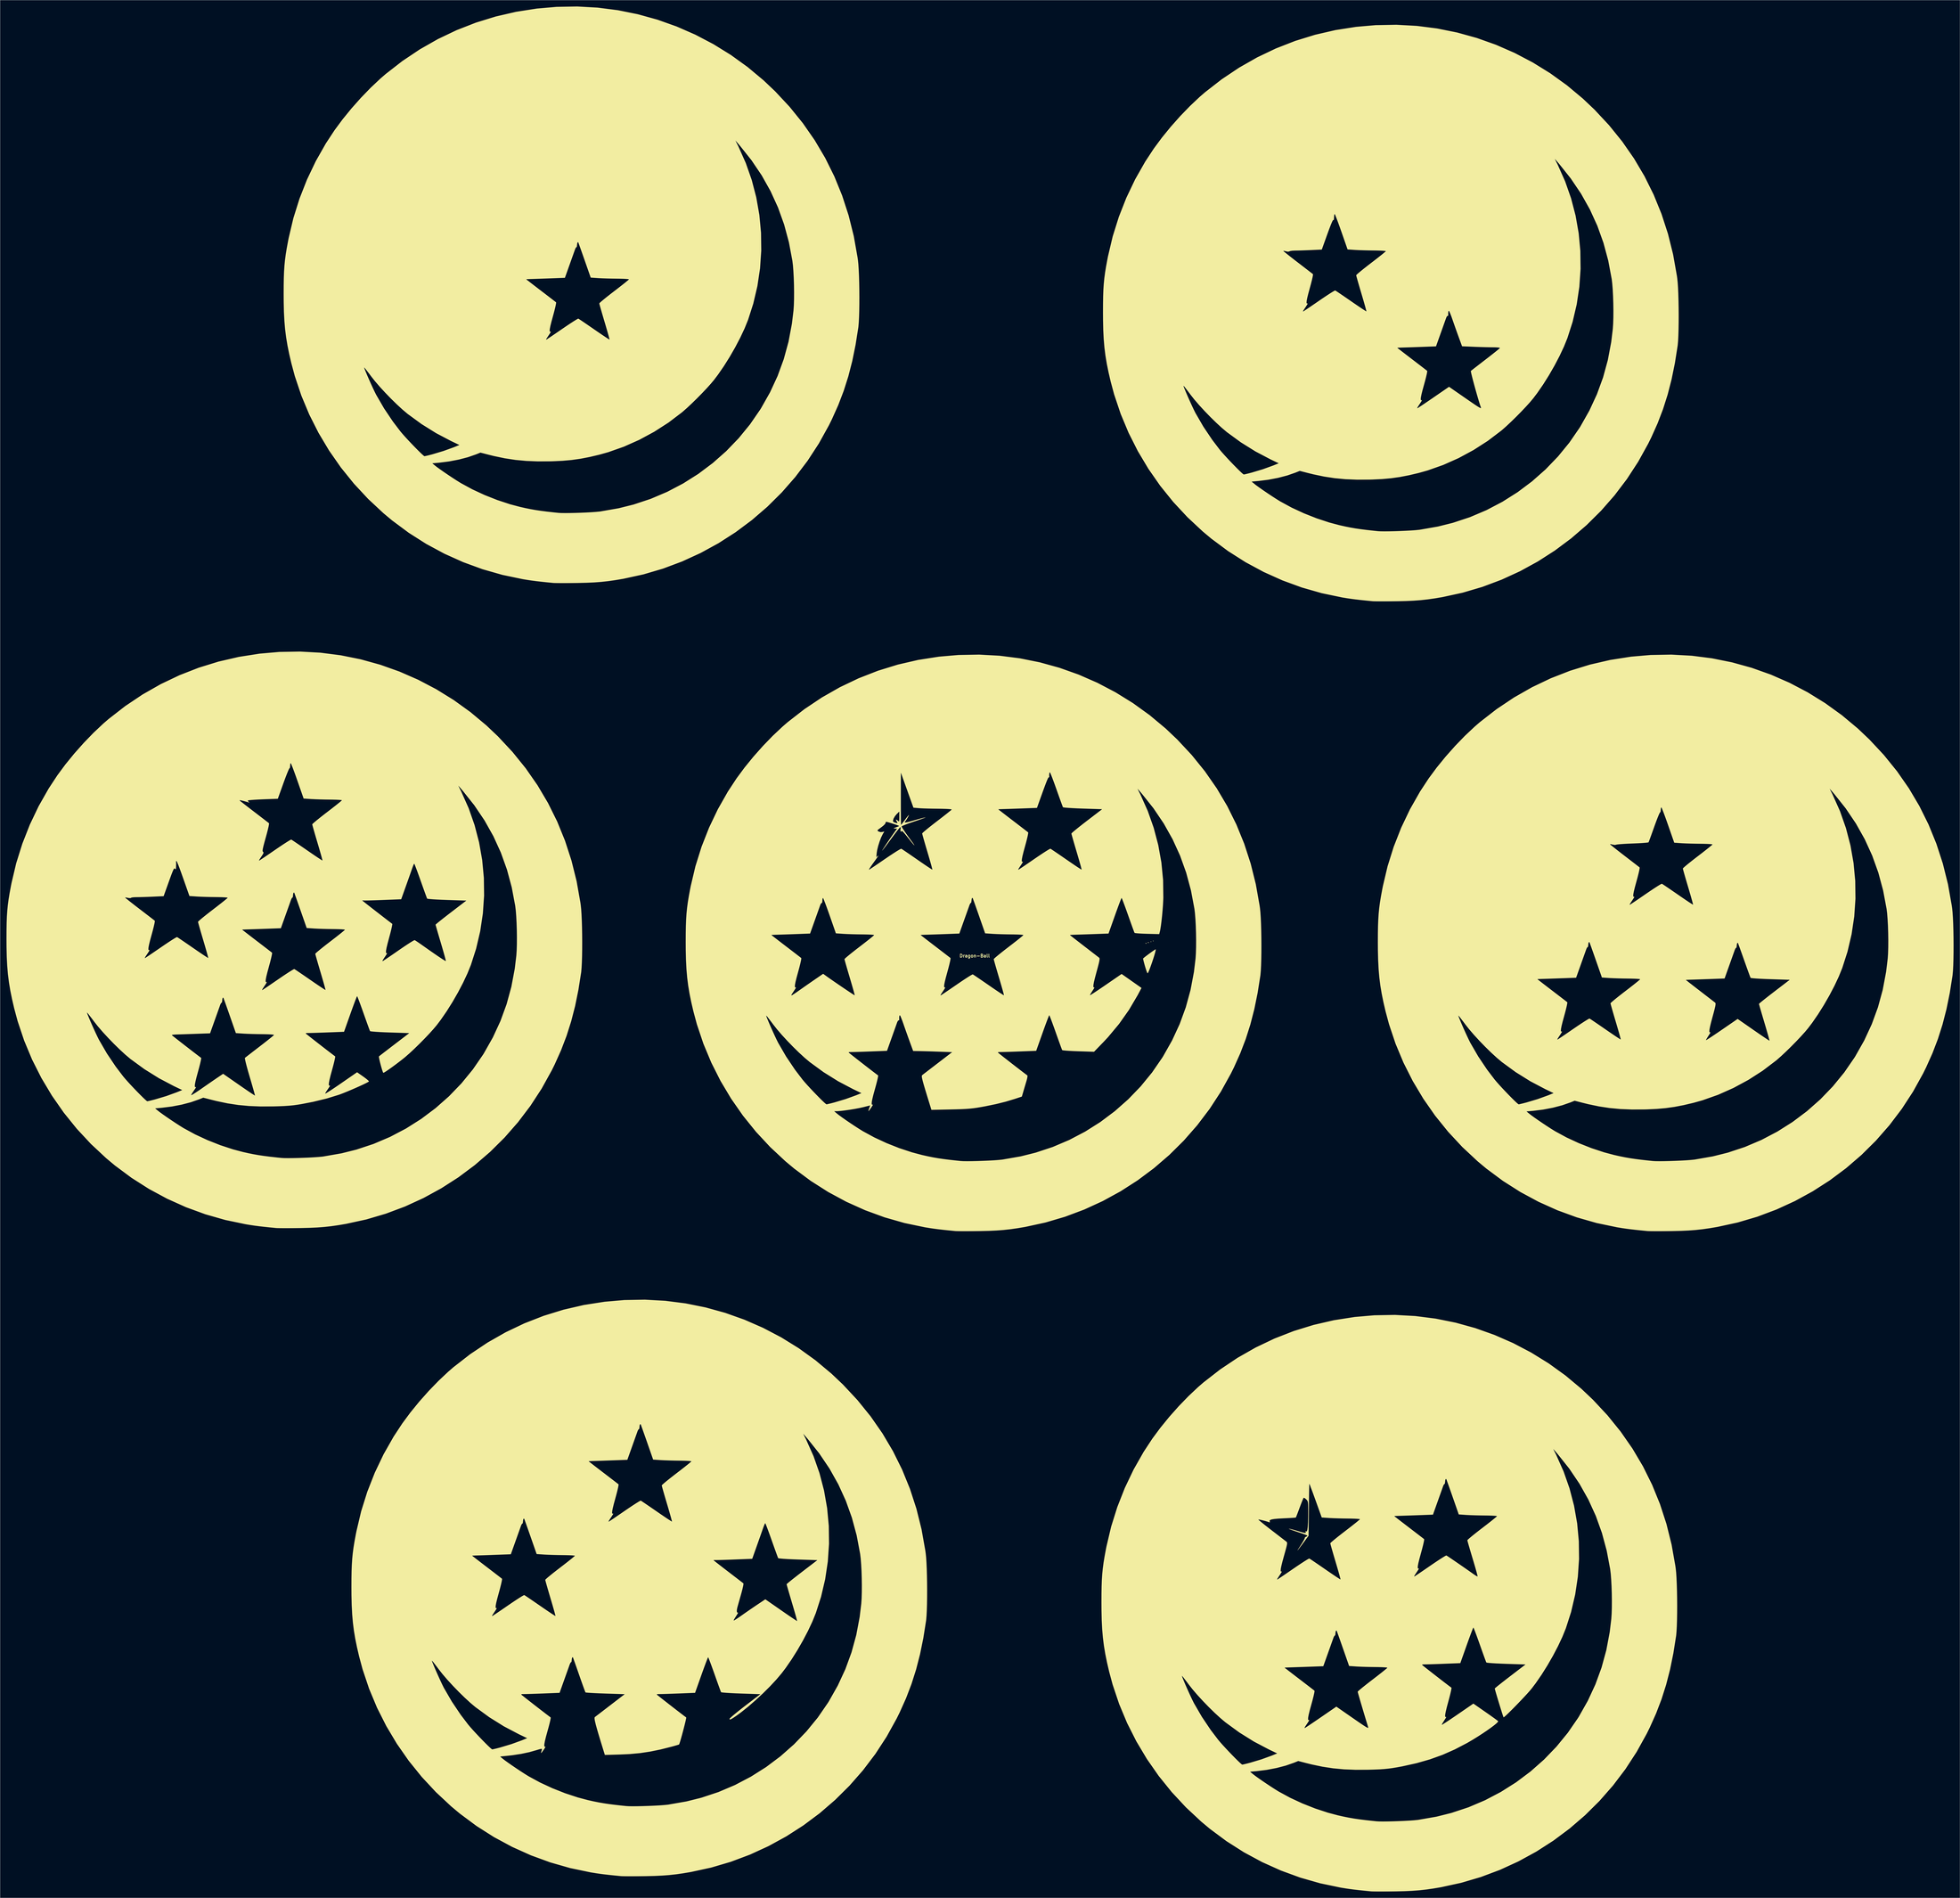
<source format=kicad_pcb>
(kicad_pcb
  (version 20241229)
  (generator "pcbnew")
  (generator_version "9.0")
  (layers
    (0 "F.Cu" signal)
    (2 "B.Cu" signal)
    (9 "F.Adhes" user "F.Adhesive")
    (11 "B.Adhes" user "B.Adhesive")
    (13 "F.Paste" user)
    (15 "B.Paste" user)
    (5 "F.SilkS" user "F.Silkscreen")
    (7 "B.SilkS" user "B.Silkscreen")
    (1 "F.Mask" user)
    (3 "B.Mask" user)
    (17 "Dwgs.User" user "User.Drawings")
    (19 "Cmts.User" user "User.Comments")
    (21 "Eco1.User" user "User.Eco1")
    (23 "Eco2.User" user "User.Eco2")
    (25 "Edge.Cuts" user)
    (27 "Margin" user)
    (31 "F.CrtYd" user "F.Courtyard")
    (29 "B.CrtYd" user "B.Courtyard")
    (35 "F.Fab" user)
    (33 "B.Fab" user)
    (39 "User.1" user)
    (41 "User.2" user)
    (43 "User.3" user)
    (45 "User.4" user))
  (footprint "Dragon-Ball"
    (layer "F.Cu")
    (at 454.875 445.929)
    (property "Reference" "Dragon-Ball" (at 0 0 0) (layer "F.SilkS") (effects (font (size 1.5 1.5) (thickness 0.3))))
    (attr board_only exclude_from_pos_files exclude_from_bom)
    (fp_poly (pts (xy 82.997 -6.618) (xy 82.818 -6.439) (xy 82.639 -6.618) (xy 82.818 -6.797)) (stroke (width 0) (type solid)) (fill yes) (layer "F.SilkS"))
    (fp_poly (pts (xy 84.07 -6.976) (xy 83.892 -6.797) (xy 83.713 -6.976) (xy 83.892 -7.155)) (stroke (width 0) (type solid)) (fill yes) (layer "F.SilkS"))
    (fp_poly (pts (xy 80.731 -5.962) (xy 80.682 -5.75) (xy 80.493 -5.724) (xy 80.198 -5.855) (xy 80.254 -5.962) (xy 80.679 -6.005)) (stroke (width 0) (type solid)) (fill yes) (layer "F.SilkS"))
    (fp_poly (pts (xy 81.805 -6.32) (xy 81.756 -6.108) (xy 81.566 -6.082) (xy 81.272 -6.213) (xy 81.328 -6.32) (xy 81.752 -6.363)) (stroke (width 0) (type solid)) (fill yes) (layer "F.SilkS"))
    (fp_poly (pts (xy 85.06 -3.065) (xy 85.049 -2.647) (xy 84.831 -1.703) (xy 84.452 -0.372) (xy 83.959 1.21) (xy 83.398 2.903) (xy 82.816 4.57) (xy 82.26 6.072) (xy 81.777 7.272) (xy 81.412 8.031) (xy 81.241 8.228) (xy 81.04 7.907) (xy 80.705 7.043) (xy 80.288 5.781) (xy 79.994 4.799) (xy 79.588 3.344) (xy 79.287 2.171) (xy 79.13 1.431) (xy 79.122 1.253) (xy 79.682 0.77) (xy 80.581 0.064) (xy 81.673 -0.757) (xy 82.812 -1.587) (xy 83.85 -2.32) (xy 84.642 -2.849) (xy 85.041 -3.067)) (stroke (width 0) (type solid)) (fill yes) (layer "F.SilkS"))
    (fp_poly (pts (xy -177.172 -445.399) (xy -167.647 -444.181) (xy -158.257 -442.287) (xy -149.037 -439.731) (xy -140.02 -436.526) (xy -131.24 -432.685) (xy -122.732 -428.221) (xy -114.529 -423.148) (xy -106.665 -417.478) (xy -99.174 -411.224) (xy -93.718 -406.055) (xy -86.908 -398.756) (xy -80.722 -391.108) (xy -75.163 -383.116) (xy -70.231 -374.78) (xy -65.928 -366.104) (xy -62.254 -357.089) (xy -59.212 -347.738) (xy -56.801 -338.053) (xy -55.023 -328.036) (xy -54.85 -326.79) (xy -54.653 -324.893) (xy -54.489 -322.433) (xy -54.36 -319.536) (xy -54.264 -316.326) (xy -54.204 -312.926) (xy -54.18 -309.462) (xy -54.193 -306.058) (xy -54.242 -302.838) (xy -54.33 -299.927) (xy -54.457 -297.45) (xy -54.623 -295.531) (xy -54.672 -295.141) (xy -55.962 -286.985) (xy -57.511 -279.386) (xy -59.357 -272.221) (xy -61.537 -265.367) (xy -64.088 -258.7) (xy -67.047 -252.099) (xy -68.493 -249.17) (xy -73.212 -240.652) (xy -78.496 -232.544) (xy -84.315 -224.87) (xy -90.638 -217.654) (xy -97.433 -210.918) (xy -104.671 -204.685) (xy -112.319 -198.98) (xy -120.347 -193.824) (xy -128.723 -189.241) (xy -137.417 -185.255) (xy -146.398 -181.888) (xy -155.634 -179.163) (xy -165.094 -177.104) (xy -165.113 -177.101) (xy -168.751 -176.484) (xy -172.09 -176.007) (xy -175.325 -175.65) (xy -178.65 -175.398) (xy -182.26 -175.233) (xy -186.348 -175.138) (xy -187.28 -175.125) (xy -189.872 -175.099) (xy -192.298 -175.085) (xy -194.446 -175.085) (xy -196.2 -175.096) (xy -197.448 -175.12) (xy -198.013 -175.148) (xy -201.189 -175.462) (xy -203.807 -175.737) (xy -206.022 -175.993) (xy -207.988 -176.249) (xy -209.861 -176.524) (xy -211.794 -176.838) (xy -212.323 -176.928) (xy -221.868 -178.921) (xy -231.218 -181.592) (xy -240.333 -184.925) (xy -249.176 -188.9) (xy -257.711 -193.501) (xy -265.898 -198.709) (xy -273.701 -204.507) (xy -277.79 -207.919) (xy -284.974 -214.622) (xy -291.637 -221.782) (xy -297.756 -229.362) (xy -299.144 -231.353) (xy -254.824 -231.353) (xy -253.607 -230.331) (xy -252.607 -229.552) (xy -251.142 -228.49) (xy -249.354 -227.24) (xy -247.382 -225.898) (xy -245.37 -224.561) (xy -243.459 -223.323) (xy -241.789 -222.282) (xy -241.3 -221.988) (xy -236.013 -219.115) (xy -230.256 -216.447) (xy -224.265 -214.08) (xy -218.277 -212.107) (xy -213.575 -210.861) (xy -211.002 -210.283) (xy -208.592 -209.796) (xy -206.184 -209.374) (xy -203.62 -208.994) (xy -200.739 -208.63) (xy -197.383 -208.257) (xy -195.508 -208.063) (xy -194.249 -207.994) (xy -192.423 -207.971) (xy -190.178 -207.99) (xy -187.661 -208.045) (xy -185.02 -208.132) (xy -182.402 -208.246) (xy -179.953 -208.381) (xy -177.822 -208.532) (xy -176.156 -208.695) (xy -175.856 -208.733) (xy -167.238 -210.239) (xy -160.268 -211.98) (xy -152.226 -214.641) (xy -144.443 -217.95) (xy -136.961 -221.876) (xy -129.823 -226.387) (xy -123.069 -231.453) (xy -116.743 -237.04) (xy -110.885 -243.117) (xy -105.538 -249.653) (xy -100.744 -256.616) (xy -100.363 -257.226) (xy -96.139 -264.694) (xy -92.589 -272.363) (xy -89.701 -280.265) (xy -87.465 -288.432) (xy -85.87 -296.896) (xy -85.118 -303.142) (xy -84.957 -305.578) (xy -84.869 -308.505) (xy -84.851 -311.75) (xy -84.898 -315.138) (xy -85.008 -318.494) (xy -85.175 -321.645) (xy -85.396 -324.415) (xy -85.642 -326.466) (xy -87.276 -335.168) (xy -89.524 -343.508) (xy -92.397 -351.511) (xy -95.906 -359.199) (xy -100.062 -366.597) (xy -104.875 -373.727) (xy -110.356 -380.614) (xy -111.028 -381.39) (xy -112.407 -382.968) (xy -110.982 -380.106) (xy -107.529 -372.377) (xy -104.74 -364.421) (xy -102.617 -356.286) (xy -101.163 -348.019) (xy -100.381 -339.667) (xy -100.272 -331.277) (xy -100.841 -322.897) (xy -102.088 -314.573) (xy -104.018 -306.353) (xy -106.459 -298.757) (xy -108.089 -294.729) (xy -110.137 -290.37) (xy -112.508 -285.845) (xy -115.108 -281.324) (xy -117.841 -276.972) (xy -120.612 -272.958) (xy -122.51 -270.456) (xy -124.038 -268.636) (xy -125.978 -266.489) (xy -128.196 -264.15) (xy -130.558 -261.755) (xy -132.929 -259.438) (xy -135.176 -257.335) (xy -137.165 -255.582) (xy -137.554 -255.258) (xy -143.853 -250.477) (xy -150.565 -246.165) (xy -157.584 -242.375) (xy -164.808 -239.161) (xy -172.132 -236.576) (xy -176.369 -235.389) (xy -180.957 -234.307) (xy -185.182 -233.492) (xy -189.296 -232.909) (xy -193.55 -232.525) (xy -198.195 -232.306) (xy -199.444 -232.273) (xy -205.318 -232.246) (xy -210.704 -232.461) (xy -215.794 -232.938) (xy -220.779 -233.698) (xy -225.853 -234.761) (xy -228.263 -235.356) (xy -232.213 -236.373) (xy -234.252 -235.551) (xy -238.061 -234.226) (xy -242.362 -233.1) (xy -246.949 -232.22) (xy -251.614 -231.632) (xy -251.997 -231.598) (xy -254.824 -231.353) (xy -299.144 -231.353) (xy -303.309 -237.327) (xy -308.274 -245.639) (xy -312.627 -254.262) (xy -316.346 -263.159) (xy -319.41 -272.293) (xy -320.509 -276.374) (xy -286.838 -276.374) (xy -286.756 -276.009) (xy -286.421 -275.114) (xy -285.886 -273.807) (xy -285.203 -272.206) (xy -284.424 -270.428) (xy -283.6 -268.591) (xy -282.784 -266.812) (xy -282.026 -265.211) (xy -281.38 -263.904) (xy -281.16 -263.48) (xy -277.487 -257.147) (xy -273.312 -250.937) (xy -269.789 -246.314) (xy -268.836 -245.183) (xy -267.616 -243.811) (xy -266.215 -242.286) (xy -264.717 -240.695) (xy -263.209 -239.127) (xy -261.775 -237.669) (xy -260.501 -236.409) (xy -259.471 -235.435) (xy -258.771 -234.835) (xy -258.51 -234.683) (xy -258.011 -234.771) (xy -256.994 -235.008) (xy -255.633 -235.352) (xy -254.763 -235.581) (xy -249.539 -237.142) (xy -244.608 -238.929) (xy -244.166 -239.108) (xy -242.1 -239.948) (xy -245.993 -241.807) (xy -253.025 -245.507) (xy -259.881 -249.784) (xy -266.341 -254.501) (xy -266.521 -254.644) (xy -268.857 -256.615) (xy -271.462 -259.009) (xy -274.195 -261.681) (xy -276.915 -264.487) (xy -279.483 -267.283) (xy -281.757 -269.923) (xy -283.513 -272.147) (xy -284.636 -273.644) (xy -285.603 -274.902) (xy -286.337 -275.826) (xy -286.764 -276.319) (xy -286.838 -276.374) (xy -320.509 -276.374) (xy -321.035 -278.327) (xy -322.042 -282.66) (xy -322.856 -286.664) (xy -323.494 -290.495) (xy -323.974 -294.306) (xy -324.312 -298.253) (xy -324.527 -302.49) (xy -324.634 -307.173) (xy -324.655 -310.882) (xy -324.638 -314.921) (xy -324.59 -317.797) (xy -210.712 -317.797) (xy -210.44 -317.573) (xy -209.677 -316.975) (xy -208.5 -316.062) (xy -206.986 -314.896) (xy -205.213 -313.535) (xy -203.826 -312.474) (xy -201.895 -310.997) (xy -200.15 -309.659) (xy -198.673 -308.523) (xy -197.544 -307.652) (xy -196.846 -307.109) (xy -196.659 -306.959) (xy -196.662 -306.551) (xy -196.841 -305.569) (xy -197.171 -304.126) (xy -197.625 -302.334) (xy -198.16 -300.368) (xy -198.87 -297.768) (xy -199.357 -295.797) (xy -199.626 -294.405) (xy -199.685 -293.542) (xy -199.542 -293.161) (xy -199.203 -293.212) (xy -199.172 -293.231) (xy -199.141 -293.101) (xy -199.453 -292.524) (xy -199.864 -291.887) (xy -200.69 -290.653) (xy -201.163 -289.899) (xy -201.342 -289.522) (xy -201.289 -289.417) (xy -201.286 -289.417) (xy -200.957 -289.612) (xy -200.123 -290.159) (xy -198.863 -291.004) (xy -197.261 -292.092) (xy -195.397 -293.368) (xy -193.85 -294.433) (xy -191.832 -295.81) (xy -189.999 -297.031) (xy -188.437 -298.042) (xy -187.228 -298.79) (xy -186.457 -299.221) (xy -186.216 -299.304) (xy -185.83 -299.067) (xy -184.942 -298.479) (xy -183.639 -297.599) (xy -182.005 -296.484) (xy -180.127 -295.192) (xy -178.763 -294.249) (xy -176.786 -292.888) (xy -175.012 -291.683) (xy -173.522 -290.687) (xy -172.399 -289.954) (xy -171.722 -289.54) (xy -171.559 -289.468) (xy -171.624 -289.832) (xy -171.87 -290.784) (xy -172.269 -292.231) (xy -172.796 -294.077) (xy -173.424 -296.225) (xy -173.898 -297.824) (xy -174.586 -300.144) (xy -175.2 -302.245) (xy -175.713 -304.026) (xy -176.094 -305.388) (xy -176.316 -306.23) (xy -176.362 -306.454) (xy -176.09 -306.774) (xy -175.324 -307.459) (xy -174.141 -308.447) (xy -172.618 -309.672) (xy -170.832 -311.073) (xy -169.395 -312.178) (xy -167.467 -313.66) (xy -165.743 -315.004) (xy -164.301 -316.15) (xy -163.218 -317.035) (xy -162.571 -317.597) (xy -162.419 -317.768) (xy -162.756 -317.862) (xy -163.688 -317.947) (xy -165.094 -318.015) (xy -166.853 -318.062) (xy -168.051 -318.077) (xy -170.33 -318.107) (xy -172.678 -318.162) (xy -174.858 -318.235) (xy -176.631 -318.319) (xy -177.041 -318.345) (xy -180.397 -318.573) (xy -183.274 -326.801) (xy -184.077 -329.089) (xy -184.803 -331.144) (xy -185.419 -332.873) (xy -185.891 -334.182) (xy -186.186 -334.977) (xy -186.269 -335.179) (xy -186.532 -335.192) (xy -186.737 -334.64) (xy -186.821 -333.827) (xy -186.908 -333.111) (xy -187.078 -332.87) (xy -187.091 -332.876) (xy -187.354 -332.682) (xy -187.688 -332.012) (xy -187.736 -331.88) (xy -187.987 -331.177) (xy -188.431 -329.933) (xy -189.02 -328.283) (xy -189.706 -326.36) (xy -190.333 -324.604) (xy -192.523 -318.47) (xy -199.561 -318.215) (xy -201.891 -318.131) (xy -204.121 -318.054) (xy -206.096 -317.987) (xy -207.662 -317.937) (xy -208.655 -317.908) (xy -209.76 -317.872) (xy -210.507 -317.829) (xy -210.712 -317.797) (xy -324.59 -317.797) (xy -324.58 -318.393) (xy -324.467 -321.445) (xy -324.286 -324.224) (xy -324.023 -326.879) (xy -323.665 -329.555) (xy -323.2 -332.402) (xy -322.613 -335.566) (xy -322.298 -337.176) (xy -320.092 -346.497) (xy -317.214 -355.667) (xy -313.694 -364.618) (xy -309.559 -373.281) (xy -304.84 -381.589) (xy -300.759 -387.797) (xy -296.988 -392.892) (xy -292.806 -398.022) (xy -288.354 -403.032) (xy -283.774 -407.764) (xy -279.208 -412.063) (xy -276.717 -414.219) (xy -268.867 -420.32) (xy -260.683 -425.793) (xy -252.185 -430.627) (xy -243.394 -434.817) (xy -234.331 -438.352) (xy -225.016 -441.226) (xy -215.47 -443.43) (xy -205.715 -444.955) (xy -196.492 -445.757) (xy -186.798 -445.929)) (stroke (width 0) (type solid)) (fill yes) (layer "F.SilkS"))
    (fp_poly (pts (xy 207.763 -436.813) (xy 217.288 -435.595) (xy 226.678 -433.701) (xy 235.898 -431.145) (xy 244.915 -427.94) (xy 253.695 -424.099) (xy 262.203 -419.635) (xy 270.406 -414.562) (xy 278.27 -408.892) (xy 285.761 -402.638) (xy 291.217 -397.469) (xy 298.028 -390.17) (xy 304.213 -382.523) (xy 309.772 -374.53) (xy 314.704 -366.194) (xy 319.007 -357.518) (xy 322.681 -348.503) (xy 325.723 -339.152) (xy 328.134 -329.467) (xy 329.912 -319.45) (xy 330.085 -318.204) (xy 330.282 -316.307) (xy 330.446 -313.848) (xy 330.576 -310.95) (xy 330.671 -307.74) (xy 330.731 -304.34) (xy 330.755 -300.876) (xy 330.743 -297.472) (xy 330.693 -294.252) (xy 330.605 -291.342) (xy 330.479 -288.864) (xy 330.313 -286.945) (xy 330.263 -286.555) (xy 328.974 -278.399) (xy 327.424 -270.8) (xy 325.578 -263.635) (xy 323.398 -256.781) (xy 320.847 -250.114) (xy 317.889 -243.513) (xy 316.442 -240.585) (xy 311.724 -232.066) (xy 306.439 -223.958) (xy 300.62 -216.284) (xy 294.297 -209.068) (xy 287.502 -202.332) (xy 280.264 -196.099) (xy 272.616 -190.394) (xy 264.588 -185.238) (xy 256.212 -180.655) (xy 247.518 -176.669) (xy 238.537 -173.302) (xy 229.301 -170.577) (xy 219.841 -168.518) (xy 219.823 -168.515) (xy 216.185 -167.898) (xy 212.845 -167.421) (xy 209.61 -167.065) (xy 206.285 -166.813) (xy 202.675 -166.647) (xy 198.587 -166.552) (xy 197.655 -166.539) (xy 195.064 -166.513) (xy 192.637 -166.499) (xy 190.489 -166.499) (xy 188.735 -166.51) (xy 187.488 -166.534) (xy 186.923 -166.562) (xy 183.746 -166.876) (xy 181.128 -167.151) (xy 178.913 -167.407) (xy 176.947 -167.663) (xy 175.074 -167.938) (xy 173.141 -168.252) (xy 172.613 -168.342) (xy 163.067 -170.335) (xy 153.718 -173.006) (xy 144.602 -176.339) (xy 135.759 -180.314) (xy 127.224 -184.915) (xy 119.037 -190.123) (xy 111.234 -195.921) (xy 107.145 -199.333) (xy 99.961 -206.036) (xy 93.298 -213.196) (xy 87.179 -220.776) (xy 85.791 -222.768) (xy 130.111 -222.768) (xy 131.328 -221.745) (xy 132.328 -220.966) (xy 133.793 -219.904) (xy 135.582 -218.654) (xy 137.553 -217.312) (xy 139.565 -215.975) (xy 141.476 -214.738) (xy 143.146 -213.696) (xy 143.635 -213.402) (xy 148.922 -210.529) (xy 154.68 -207.861) (xy 160.67 -205.494) (xy 166.658 -203.521) (xy 171.361 -202.275) (xy 173.933 -201.697) (xy 176.343 -201.21) (xy 178.751 -200.788) (xy 181.315 -200.408) (xy 184.196 -200.044) (xy 187.553 -199.671) (xy 189.427 -199.477) (xy 190.686 -199.408) (xy 192.512 -199.385) (xy 194.757 -199.404) (xy 197.274 -199.459) (xy 199.915 -199.546) (xy 202.534 -199.66) (xy 204.982 -199.795) (xy 207.113 -199.946) (xy 208.779 -200.109) (xy 209.079 -200.147) (xy 217.698 -201.653) (xy 224.667 -203.394) (xy 232.709 -206.055) (xy 240.492 -209.364) (xy 247.974 -213.29) (xy 255.112 -217.802) (xy 261.866 -222.867) (xy 268.192 -228.454) (xy 274.05 -234.531) (xy 279.397 -241.067) (xy 284.192 -248.03) (xy 284.572 -248.64) (xy 288.796 -256.108) (xy 292.346 -263.777) (xy 295.234 -271.679) (xy 297.47 -279.846) (xy 299.065 -288.31) (xy 299.817 -294.556) (xy 299.978 -296.992) (xy 300.066 -299.919) (xy 300.084 -303.164) (xy 300.037 -306.552) (xy 299.928 -309.908) (xy 299.761 -313.059) (xy 299.539 -315.829) (xy 299.294 -317.88) (xy 297.659 -326.582) (xy 295.411 -334.922) (xy 292.538 -342.925) (xy 289.029 -350.613) (xy 284.874 -358.011) (xy 280.061 -365.141) (xy 274.579 -372.028) (xy 273.907 -372.804) (xy 272.528 -374.382) (xy 273.953 -371.52) (xy 277.406 -363.791) (xy 280.195 -355.835) (xy 282.318 -347.7) (xy 283.772 -339.433) (xy 284.555 -331.081) (xy 284.663 -322.691) (xy 284.095 -314.311) (xy 282.847 -305.987) (xy 280.917 -297.767) (xy 278.477 -290.171) (xy 276.846 -286.143) (xy 274.798 -281.784) (xy 272.427 -277.26) (xy 269.827 -272.738) (xy 267.094 -268.386) (xy 264.323 -264.372) (xy 262.425 -261.87) (xy 260.897 -260.05) (xy 258.957 -257.903) (xy 256.739 -255.564) (xy 254.377 -253.169) (xy 252.006 -250.852) (xy 249.759 -248.749) (xy 247.77 -246.996) (xy 247.382 -246.672) (xy 241.082 -241.891) (xy 234.371 -237.579) (xy 227.351 -233.789) (xy 220.127 -230.575) (xy 212.803 -227.99) (xy 208.566 -226.803) (xy 203.978 -225.721) (xy 199.753 -224.906) (xy 195.639 -224.323) (xy 191.385 -223.939) (xy 186.741 -223.72) (xy 185.492 -223.687) (xy 179.617 -223.66) (xy 174.231 -223.875) (xy 169.141 -224.352) (xy 164.156 -225.112) (xy 159.082 -226.175) (xy 156.672 -226.77) (xy 152.723 -227.787) (xy 150.683 -226.965) (xy 146.874 -225.64) (xy 142.573 -224.514) (xy 137.987 -223.634) (xy 133.322 -223.046) (xy 132.938 -223.012) (xy 130.111 -222.768) (xy 85.791 -222.768) (xy 81.626 -228.741) (xy 76.662 -237.053) (xy 72.308 -245.676) (xy 68.589 -254.573) (xy 65.525 -263.707) (xy 64.426 -267.788) (xy 98.097 -267.788) (xy 98.18 -267.423) (xy 98.514 -266.528) (xy 99.049 -265.221) (xy 99.732 -263.62) (xy 100.511 -261.842) (xy 101.335 -260.005) (xy 102.152 -258.227) (xy 102.909 -256.625) (xy 103.555 -255.318) (xy 103.776 -254.894) (xy 107.448 -248.561) (xy 111.623 -242.351) (xy 115.146 -237.729) (xy 116.099 -236.597) (xy 117.319 -235.225) (xy 118.721 -233.7) (xy 120.218 -232.109) (xy 121.726 -230.541) (xy 123.16 -229.083) (xy 124.434 -227.823) (xy 125.464 -226.849) (xy 126.164 -226.249) (xy 126.426 -226.097) (xy 126.924 -226.185) (xy 127.941 -226.422) (xy 129.302 -226.766) (xy 130.172 -226.995) (xy 135.396 -228.556) (xy 140.327 -230.343) (xy 140.769 -230.522) (xy 142.835 -231.362) (xy 138.942 -233.221) (xy 131.91 -236.921) (xy 125.054 -241.198) (xy 118.594 -245.915) (xy 118.414 -246.058) (xy 116.078 -248.029) (xy 113.473 -250.423) (xy 110.741 -253.095) (xy 108.02 -255.901) (xy 105.453 -258.697) (xy 103.178 -261.337) (xy 101.422 -263.561) (xy 100.299 -265.058) (xy 99.332 -266.316) (xy 98.598 -267.24) (xy 98.171 -267.734) (xy 98.097 -267.788) (xy 64.426 -267.788) (xy 63.9 -269.741) (xy 62.893 -274.074) (xy 62.079 -278.079) (xy 61.441 -281.909) (xy 60.976 -285.6) (xy 198.55 -285.6) (xy 198.822 -285.376) (xy 199.585 -284.777) (xy 200.762 -283.865) (xy 202.276 -282.699) (xy 204.049 -281.338) (xy 205.436 -280.277) (xy 207.367 -278.799) (xy 209.112 -277.461) (xy 210.59 -276.325) (xy 211.719 -275.454) (xy 212.417 -274.911) (xy 212.605 -274.76) (xy 212.602 -274.351) (xy 212.422 -273.369) (xy 212.09 -271.927) (xy 211.632 -270.137) (xy 211.096 -268.187) (xy 210.378 -265.573) (xy 209.888 -263.588) (xy 209.621 -262.187) (xy 209.571 -261.325) (xy 209.73 -260.956) (xy 210.09 -261.033) (xy 210.121 -260.904) (xy 209.809 -260.327) (xy 209.398 -259.69) (xy 208.579 -258.466) (xy 208.11 -257.719) (xy 207.933 -257.34) (xy 207.985 -257.222) (xy 208.013 -257.22) (xy 208.352 -257.414) (xy 209.197 -257.961) (xy 210.467 -258.805) (xy 212.08 -259.891) (xy 213.954 -261.166) (xy 215.541 -262.253) (xy 222.864 -267.286) (xy 229.918 -262.393) (xy 232.34 -260.717) (xy 234.237 -259.417) (xy 235.666 -258.459) (xy 236.687 -257.806) (xy 237.357 -257.424) (xy 237.736 -257.277) (xy 237.883 -257.329) (xy 237.856 -257.544) (xy 237.835 -257.605) (xy 237.46 -258.69) (xy 236.982 -260.208) (xy 236.431 -262.044) (xy 235.838 -264.088) (xy 235.234 -266.227) (xy 234.65 -268.347) (xy 234.118 -270.336) (xy 233.667 -272.082) (xy 233.33 -273.472) (xy 233.137 -274.393) (xy 233.115 -274.731) (xy 233.478 -275.023) (xy 234.324 -275.687) (xy 235.571 -276.655) (xy 237.135 -277.865) (xy 238.93 -279.25) (xy 240.048 -280.11) (xy 241.929 -281.566) (xy 243.613 -282.887) (xy 245.018 -284.008) (xy 246.063 -284.864) (xy 246.668 -285.39) (xy 246.785 -285.52) (xy 246.508 -285.658) (xy 245.664 -285.766) (xy 244.404 -285.83) (xy 243.566 -285.841) (xy 241.965 -285.857) (xy 239.887 -285.901) (xy 237.57 -285.968) (xy 235.251 -286.049) (xy 234.608 -286.075) (xy 228.989 -286.308) (xy 227.403 -290.635) (xy 226.619 -292.797) (xy 225.756 -295.216) (xy 224.934 -297.551) (xy 224.436 -298.985) (xy 223.878 -300.548) (xy 223.381 -301.828) (xy 222.999 -302.692) (xy 222.787 -303.009) (xy 222.572 -302.699) (xy 222.46 -301.943) (xy 222.489 -301.006) (xy 222.5 -300.918) (xy 222.388 -300.596) (xy 222.249 -300.631) (xy 221.935 -300.469) (xy 221.576 -299.818) (xy 221.526 -299.683) (xy 221.275 -298.98) (xy 220.831 -297.736) (xy 220.242 -296.086) (xy 219.556 -294.163) (xy 218.929 -292.406) (xy 216.739 -286.273) (xy 209.701 -286.017) (xy 207.371 -285.934) (xy 205.141 -285.856) (xy 203.166 -285.79) (xy 201.6 -285.74) (xy 200.607 -285.711) (xy 199.502 -285.674) (xy 198.755 -285.631) (xy 198.55 -285.6) (xy 60.976 -285.6) (xy 60.961 -285.72) (xy 60.623 -289.667) (xy 60.409 -293.904) (xy 60.301 -298.587) (xy 60.28 -302.296) (xy 60.297 -306.335) (xy 60.355 -309.807) (xy 60.468 -312.859) (xy 60.65 -315.638) (xy 60.913 -318.293) (xy 61.27 -320.969) (xy 61.735 -323.816) (xy 62.322 -326.98) (xy 62.637 -328.59) (xy 63.241 -331.139) (xy 144.992 -331.139) (xy 145.229 -330.898) (xy 145.96 -330.284) (xy 147.11 -329.358) (xy 148.602 -328.18) (xy 150.36 -326.811) (xy 151.766 -325.729) (xy 153.696 -324.247) (xy 155.441 -322.904) (xy 156.92 -321.765) (xy 158.05 -320.89) (xy 158.75 -320.345) (xy 158.941 -320.192) (xy 158.938 -319.785) (xy 158.759 -318.804) (xy 158.43 -317.362) (xy 157.975 -315.571) (xy 157.44 -313.605) (xy 156.73 -311.005) (xy 156.243 -309.034) (xy 155.974 -307.641) (xy 155.915 -306.779) (xy 156.058 -306.398) (xy 156.397 -306.449) (xy 156.428 -306.467) (xy 156.459 -306.337) (xy 156.147 -305.76) (xy 155.736 -305.124) (xy 154.91 -303.889) (xy 154.437 -303.136) (xy 154.258 -302.758) (xy 154.311 -302.654) (xy 154.314 -302.654) (xy 154.643 -302.848) (xy 155.477 -303.396) (xy 156.737 -304.241) (xy 158.339 -305.329) (xy 160.203 -306.604) (xy 161.75 -307.669) (xy 163.768 -309.047) (xy 165.601 -310.268) (xy 167.163 -311.279) (xy 168.372 -312.027) (xy 169.143 -312.458) (xy 169.384 -312.54) (xy 169.77 -312.303) (xy 170.658 -311.716) (xy 171.961 -310.835) (xy 173.595 -309.721) (xy 175.473 -308.429) (xy 176.837 -307.486) (xy 178.814 -306.125) (xy 180.588 -304.919) (xy 182.078 -303.923) (xy 183.201 -303.191) (xy 183.878 -302.777) (xy 184.041 -302.705) (xy 183.976 -303.068) (xy 183.73 -304.021) (xy 183.331 -305.468) (xy 182.804 -307.313) (xy 182.176 -309.461) (xy 181.702 -311.061) (xy 181.014 -313.381) (xy 180.4 -315.482) (xy 179.887 -317.263) (xy 179.506 -318.624) (xy 179.284 -319.467) (xy 179.238 -319.691) (xy 179.51 -320.011) (xy 180.276 -320.696) (xy 181.459 -321.683) (xy 182.982 -322.909) (xy 184.768 -324.309) (xy 186.205 -325.415) (xy 188.133 -326.896) (xy 189.857 -328.241) (xy 191.299 -329.387) (xy 192.382 -330.272) (xy 193.029 -330.833) (xy 193.181 -331.005) (xy 192.844 -331.099) (xy 191.912 -331.183) (xy 190.506 -331.252) (xy 188.747 -331.299) (xy 187.549 -331.313) (xy 185.269 -331.344) (xy 182.92 -331.399) (xy 180.74 -331.472) (xy 178.966 -331.556) (xy 178.555 -331.582) (xy 175.196 -331.81) (xy 172.295 -340.123) (xy 171.484 -342.415) (xy 170.739 -344.466) (xy 170.095 -346.183) (xy 169.586 -347.476) (xy 169.247 -348.252) (xy 169.125 -348.441) (xy 168.963 -348.122) (xy 168.855 -347.308) (xy 168.831 -346.746) (xy 168.775 -345.849) (xy 168.655 -345.539) (xy 168.559 -345.669) (xy 168.358 -345.594) (xy 167.956 -344.849) (xy 167.353 -343.431) (xy 166.546 -341.335) (xy 165.698 -339.016) (xy 163.084 -331.74) (xy 158.01 -331.508) (xy 155.933 -331.421) (xy 153.883 -331.348) (xy 152.079 -331.297) (xy 150.739 -331.275) (xy 150.593 -331.275) (xy 149.335 -331.223) (xy 148.356 -331.089) (xy 147.896 -330.919) (xy 147.231 -330.745) (xy 146.328 -330.913) (xy 145.492 -331.113) (xy 145.017 -331.152) (xy 144.992 -331.139) (xy 63.241 -331.139) (xy 64.843 -337.911) (xy 67.721 -347.082) (xy 71.241 -356.032) (xy 75.376 -364.695) (xy 80.095 -373.003) (xy 84.176 -379.211) (xy 87.947 -384.306) (xy 92.13 -389.436) (xy 96.582 -394.446) (xy 101.161 -399.178) (xy 105.727 -403.478) (xy 108.218 -405.633) (xy 116.068 -411.734) (xy 124.252 -417.207) (xy 132.75 -422.041) (xy 141.541 -426.231) (xy 150.605 -429.766) (xy 159.919 -432.64) (xy 169.465 -434.844) (xy 179.221 -436.369) (xy 188.443 -437.171) (xy 198.137 -437.343)) (stroke (width 0) (type solid)) (fill yes) (layer "F.SilkS"))
    (fp_poly (pts (xy 336.91 -140.957) (xy 346.435 -139.738) (xy 355.825 -137.845) (xy 365.045 -135.289) (xy 374.062 -132.084) (xy 382.841 -128.243) (xy 391.35 -123.779) (xy 399.553 -118.705) (xy 407.417 -113.035) (xy 414.907 -106.782) (xy 420.363 -101.613) (xy 427.174 -94.313) (xy 433.36 -86.666) (xy 438.919 -78.674) (xy 443.851 -70.338) (xy 448.154 -61.662) (xy 451.827 -52.647) (xy 454.87 -43.296) (xy 457.281 -33.611) (xy 459.058 -23.594) (xy 459.232 -22.348) (xy 459.429 -20.451) (xy 459.592 -17.991) (xy 459.722 -15.094) (xy 459.817 -11.883) (xy 459.877 -8.484) (xy 459.902 -5.02) (xy 459.889 -1.616) (xy 459.839 1.604) (xy 459.752 4.515) (xy 459.625 6.992) (xy 459.459 8.912) (xy 459.41 9.301) (xy 458.12 17.457) (xy 456.571 25.056) (xy 454.724 32.221) (xy 452.544 39.075) (xy 449.994 45.742) (xy 447.035 52.343) (xy 445.588 55.272) (xy 440.87 63.791) (xy 435.586 71.898) (xy 429.767 79.572) (xy 423.444 86.789) (xy 416.648 93.525) (xy 409.411 99.757) (xy 401.763 105.463) (xy 393.735 110.618) (xy 385.358 115.201) (xy 376.664 119.188) (xy 367.684 122.555) (xy 358.448 125.279) (xy 348.987 127.338) (xy 348.969 127.341) (xy 345.331 127.958) (xy 341.992 128.436) (xy 338.757 128.792) (xy 335.432 129.044) (xy 331.822 129.209) (xy 327.734 129.305) (xy 326.801 129.317) (xy 324.21 129.344) (xy 321.783 129.357) (xy 319.636 129.358) (xy 317.881 129.346) (xy 316.634 129.322) (xy 316.069 129.294) (xy 312.892 128.981) (xy 310.274 128.705) (xy 308.06 128.45) (xy 306.093 128.194) (xy 304.221 127.918) (xy 302.287 127.604) (xy 301.759 127.515) (xy 292.213 125.522) (xy 282.864 122.85) (xy 273.749 119.518) (xy 264.905 115.542) (xy 256.371 110.942) (xy 248.183 105.733) (xy 240.38 99.935) (xy 236.292 96.524) (xy 229.107 89.821) (xy 222.445 82.661) (xy 216.325 75.08) (xy 214.937 73.089) (xy 259.257 73.089) (xy 260.474 74.112) (xy 261.474 74.89) (xy 262.939 75.953) (xy 264.728 77.202) (xy 266.699 78.544) (xy 268.711 79.881) (xy 270.623 81.119) (xy 272.292 82.16) (xy 272.782 82.454) (xy 278.069 85.327) (xy 283.826 87.995) (xy 289.817 90.363) (xy 295.804 92.335) (xy 300.507 93.582) (xy 303.08 94.159) (xy 305.49 94.646) (xy 307.897 95.068) (xy 310.462 95.448) (xy 313.342 95.813) (xy 316.699 96.185) (xy 318.573 96.379) (xy 319.833 96.449) (xy 321.659 96.471) (xy 323.904 96.452) (xy 326.42 96.397) (xy 329.062 96.31) (xy 331.68 96.197) (xy 334.128 96.062) (xy 336.259 95.91) (xy 337.926 95.747) (xy 338.226 95.709) (xy 346.844 94.204) (xy 353.814 92.462) (xy 361.856 89.802) (xy 369.639 86.492) (xy 377.12 82.566) (xy 384.259 78.055) (xy 391.012 72.99) (xy 397.339 67.403) (xy 403.197 61.325) (xy 408.544 54.789) (xy 413.338 47.826) (xy 413.719 47.216) (xy 417.942 39.748) (xy 421.493 32.079) (xy 424.381 24.177) (xy 426.617 16.01) (xy 428.211 7.547) (xy 428.964 1.3) (xy 429.125 -1.135) (xy 429.213 -4.063) (xy 429.231 -7.307) (xy 429.183 -10.695) (xy 429.074 -14.052) (xy 428.907 -17.202) (xy 428.686 -19.973) (xy 428.44 -22.023) (xy 426.806 -30.725) (xy 424.558 -39.066) (xy 421.685 -47.069) (xy 418.176 -54.757) (xy 414.02 -62.154) (xy 409.207 -69.285) (xy 403.726 -76.172) (xy 403.053 -76.948) (xy 401.674 -78.525) (xy 403.099 -75.663) (xy 406.552 -67.935) (xy 409.341 -59.979) (xy 411.464 -51.844) (xy 412.918 -43.577) (xy 413.701 -35.225) (xy 413.809 -26.835) (xy 413.241 -18.455) (xy 411.993 -10.131) (xy 410.063 -1.911) (xy 407.623 5.685) (xy 405.993 9.713) (xy 403.945 14.073) (xy 401.573 18.597) (xy 398.974 23.118) (xy 396.241 27.47) (xy 393.47 31.485) (xy 391.572 33.987) (xy 390.043 35.806) (xy 388.103 37.953) (xy 385.885 40.292) (xy 383.524 42.688) (xy 381.152 45.004) (xy 378.905 47.107) (xy 376.917 48.86) (xy 376.528 49.184) (xy 370.229 53.966) (xy 363.517 58.278) (xy 356.497 62.067) (xy 349.274 65.281) (xy 341.95 67.867) (xy 337.713 69.053) (xy 333.125 70.135) (xy 328.899 70.95) (xy 324.786 71.533) (xy 320.532 71.917) (xy 315.887 72.136) (xy 314.638 72.169) (xy 308.764 72.196) (xy 303.378 71.981) (xy 298.288 71.504) (xy 293.302 70.745) (xy 288.228 69.681) (xy 285.818 69.086) (xy 281.869 68.069) (xy 279.83 68.892) (xy 276.021 70.217) (xy 271.719 71.342) (xy 267.133 72.222) (xy 262.468 72.81) (xy 262.084 72.845) (xy 259.257 73.089) (xy 214.937 73.089) (xy 210.772 67.115) (xy 205.808 58.803) (xy 201.455 50.18) (xy 197.735 41.283) (xy 194.672 32.149) (xy 193.573 28.068) (xy 227.243 28.068) (xy 227.326 28.433) (xy 227.661 29.328) (xy 228.195 30.635) (xy 228.879 32.237) (xy 229.658 34.015) (xy 230.482 35.852) (xy 231.298 37.63) (xy 232.055 39.231) (xy 232.701 40.538) (xy 232.922 40.962) (xy 236.595 47.295) (xy 240.769 53.505) (xy 244.292 58.128) (xy 245.246 59.259) (xy 246.466 60.631) (xy 247.867 62.156) (xy 249.364 63.747) (xy 250.872 65.315) (xy 252.306 66.773) (xy 253.581 68.033) (xy 254.61 69.007) (xy 255.31 69.607) (xy 255.572 69.76) (xy 256.071 69.671) (xy 257.087 69.434) (xy 258.449 69.091) (xy 259.318 68.861) (xy 264.543 67.3) (xy 269.473 65.513) (xy 269.916 65.335) (xy 271.981 64.494) (xy 268.089 62.635) (xy 261.057 58.935) (xy 254.201 54.658) (xy 247.741 49.941) (xy 247.561 49.798) (xy 245.224 47.827) (xy 242.62 45.434) (xy 239.887 42.761) (xy 237.167 39.955) (xy 234.599 37.16) (xy 232.324 34.52) (xy 230.569 32.295) (xy 229.446 30.799) (xy 228.479 29.54) (xy 227.744 28.616) (xy 227.318 28.123) (xy 227.243 28.068) (xy 193.573 28.068) (xy 193.047 26.115) (xy 192.04 21.782) (xy 191.226 17.778) (xy 190.587 13.948) (xy 190.213 10.972) (xy 264.376 10.972) (xy 264.647 11.196) (xy 265.41 11.794) (xy 266.587 12.707) (xy 268.101 13.873) (xy 269.874 15.234) (xy 271.261 16.295) (xy 273.192 17.772) (xy 274.937 19.11) (xy 276.415 20.246) (xy 277.543 21.117) (xy 278.241 21.66) (xy 278.429 21.81) (xy 278.426 22.218) (xy 278.246 23.2) (xy 277.917 24.644) (xy 277.463 26.435) (xy 276.927 28.401) (xy 276.217 31.001) (xy 275.731 32.972) (xy 275.461 34.364) (xy 275.402 35.227) (xy 275.545 35.608) (xy 275.885 35.557) (xy 275.915 35.539) (xy 275.946 35.668) (xy 275.635 36.245) (xy 275.223 36.882) (xy 274.397 38.116) (xy 273.924 38.87) (xy 273.745 39.247) (xy 273.799 39.352) (xy 273.802 39.352) (xy 274.13 39.157) (xy 274.965 38.61) (xy 276.224 37.765) (xy 277.827 36.677) (xy 279.691 35.401) (xy 281.237 34.336) (xy 283.256 32.959) (xy 285.088 31.738) (xy 286.651 30.727) (xy 287.86 29.979) (xy 288.631 29.548) (xy 288.872 29.465) (xy 289.257 29.702) (xy 290.145 30.29) (xy 291.448 31.17) (xy 293.082 32.285) (xy 294.961 33.577) (xy 296.325 34.52) (xy 298.301 35.881) (xy 300.075 37.086) (xy 301.565 38.082) (xy 302.689 38.815) (xy 303.365 39.229) (xy 303.529 39.301) (xy 303.463 38.937) (xy 303.218 37.985) (xy 302.818 36.538) (xy 302.291 34.692) (xy 301.664 32.544) (xy 301.189 30.945) (xy 300.501 28.625) (xy 299.887 26.524) (xy 299.375 24.743) (xy 298.993 23.381) (xy 298.771 22.539) (xy 298.726 22.315) (xy 298.997 21.995) (xy 299.763 21.31) (xy 300.946 20.322) (xy 302.469 19.097) (xy 304.255 17.696) (xy 305.692 16.591) (xy 307.62 15.109) (xy 309.344 13.765) (xy 310.786 12.619) (xy 311.869 11.734) (xy 312.33 11.334) (xy 334.136 11.334) (xy 334.407 11.56) (xy 335.166 12.161) (xy 336.336 13.076) (xy 337.838 14.243) (xy 339.594 15.601) (xy 340.787 16.521) (xy 342.696 17.991) (xy 344.432 19.329) (xy 345.91 20.469) (xy 347.043 21.344) (xy 347.745 21.888) (xy 347.922 22.026) (xy 348.066 22.275) (xy 348.088 22.765) (xy 347.969 23.585) (xy 347.692 24.827) (xy 347.242 26.579) (xy 346.651 28.745) (xy 345.951 31.357) (xy 345.473 33.339) (xy 345.211 34.737) (xy 345.159 35.6) (xy 345.31 35.974) (xy 345.657 35.908) (xy 345.661 35.905) (xy 345.667 36.054) (xy 345.336 36.659) (xy 344.739 37.587) (xy 344.101 38.583) (xy 343.688 39.321) (xy 343.592 39.627) (xy 343.911 39.47) (xy 344.737 38.958) (xy 345.99 38.144) (xy 347.589 37.081) (xy 349.453 35.821) (xy 351.089 34.702) (xy 358.451 29.643) (xy 365.88 34.809) (xy 367.904 36.211) (xy 369.727 37.46) (xy 371.27 38.504) (xy 372.452 39.289) (xy 373.195 39.762) (xy 373.421 39.879) (xy 373.355 39.525) (xy 373.107 38.579) (xy 372.706 37.135) (xy 372.177 35.287) (xy 371.547 33.128) (xy 371.007 31.306) (xy 370.31 28.961) (xy 369.687 26.844) (xy 369.165 25.052) (xy 368.772 23.68) (xy 368.536 22.825) (xy 368.479 22.58) (xy 368.751 22.303) (xy 369.518 21.655) (xy 370.704 20.696) (xy 372.232 19.487) (xy 374.027 18.088) (xy 375.702 16.799) (xy 382.925 11.269) (xy 373.829 10.975) (xy 371.349 10.882) (xy 369.112 10.777) (xy 367.214 10.664) (xy 365.753 10.55) (xy 364.828 10.442) (xy 364.534 10.36) (xy 364.364 9.944) (xy 363.991 8.952) (xy 363.453 7.481) (xy 362.785 5.629) (xy 362.022 3.494) (xy 361.517 2.068) (xy 360.719 -0.181) (xy 359.998 -2.197) (xy 359.39 -3.884) (xy 358.928 -5.148) (xy 358.648 -5.892) (xy 358.58 -6.052) (xy 358.316 -6.065) (xy 358.11 -5.511) (xy 358.027 -4.7) (xy 357.94 -3.985) (xy 357.77 -3.743) (xy 357.757 -3.75) (xy 357.494 -3.555) (xy 357.16 -2.885) (xy 357.111 -2.753) (xy 356.861 -2.05) (xy 356.417 -0.806) (xy 355.828 0.844) (xy 355.142 2.767) (xy 354.514 4.523) (xy 352.325 10.656) (xy 345.287 10.912) (xy 342.957 10.996) (xy 340.727 11.073) (xy 338.752 11.14) (xy 337.186 11.19) (xy 336.193 11.218) (xy 335.088 11.256) (xy 334.341 11.301) (xy 334.136 11.334) (xy 312.33 11.334) (xy 312.516 11.172) (xy 312.668 11.001) (xy 312.331 10.907) (xy 311.4 10.822) (xy 309.994 10.754) (xy 308.234 10.707) (xy 307.036 10.692) (xy 304.757 10.662) (xy 302.409 10.607) (xy 300.229 10.534) (xy 298.457 10.45) (xy 298.046 10.424) (xy 294.691 10.196) (xy 291.813 1.968) (xy 291.01 -0.32) (xy 290.284 -2.375) (xy 289.668 -4.104) (xy 289.196 -5.413) (xy 288.902 -6.208) (xy 288.818 -6.41) (xy 288.555 -6.423) (xy 288.35 -5.871) (xy 288.267 -5.058) (xy 288.179 -4.342) (xy 288.009 -4.101) (xy 287.997 -4.107) (xy 287.733 -3.913) (xy 287.4 -3.243) (xy 287.351 -3.111) (xy 287.1 -2.408) (xy 286.656 -1.164) (xy 286.067 0.486) (xy 285.381 2.409) (xy 284.754 4.165) (xy 282.564 10.299) (xy 275.526 10.554) (xy 273.196 10.638) (xy 270.966 10.715) (xy 268.991 10.782) (xy 267.425 10.832) (xy 266.433 10.861) (xy 265.327 10.897) (xy 264.581 10.941) (xy 264.376 10.972) (xy 190.213 10.972) (xy 190.108 10.137) (xy 189.769 6.19) (xy 189.555 1.952) (xy 189.448 -2.731) (xy 189.427 -6.439) (xy 189.443 -10.479) (xy 189.501 -13.951) (xy 189.615 -17.003) (xy 189.796 -19.782) (xy 190.059 -22.436) (xy 190.417 -25.113) (xy 190.882 -27.96) (xy 191.468 -31.124) (xy 191.784 -32.734) (xy 193.99 -42.055) (xy 196.867 -51.225) (xy 197.351 -52.455) (xy 298.465 -52.455) (xy 298.703 -52.214) (xy 299.434 -51.6) (xy 300.583 -50.674) (xy 302.075 -49.496) (xy 303.834 -48.127) (xy 305.239 -47.044) (xy 307.169 -45.562) (xy 308.915 -44.22) (xy 310.393 -43.08) (xy 311.523 -42.206) (xy 312.224 -41.66) (xy 312.415 -41.507) (xy 312.411 -41.1) (xy 312.232 -40.119) (xy 311.903 -38.677) (xy 311.449 -36.886) (xy 310.913 -34.92) (xy 310.203 -32.32) (xy 309.717 -30.349) (xy 309.447 -28.957) (xy 309.388 -28.095) (xy 309.531 -27.713) (xy 309.871 -27.764) (xy 309.901 -27.783) (xy 309.932 -27.653) (xy 309.62 -27.076) (xy 309.209 -26.439) (xy 308.383 -25.205) (xy 307.91 -24.451) (xy 307.731 -24.074) (xy 307.785 -23.969) (xy 307.788 -23.969) (xy 308.116 -24.164) (xy 308.951 -24.711) (xy 310.21 -25.556) (xy 311.813 -26.644) (xy 313.677 -27.92) (xy 315.223 -28.985) (xy 317.242 -30.362) (xy 319.074 -31.583) (xy 320.637 -32.595) (xy 321.845 -33.342) (xy 322.616 -33.773) (xy 322.858 -33.856) (xy 323.243 -33.619) (xy 324.131 -33.031) (xy 325.434 -32.151) (xy 327.068 -31.036) (xy 328.947 -29.745) (xy 330.311 -28.802) (xy 332.287 -27.441) (xy 334.061 -26.235) (xy 335.551 -25.239) (xy 336.675 -24.507) (xy 337.351 -24.092) (xy 337.514 -24.02) (xy 337.449 -24.384) (xy 337.203 -25.337) (xy 336.804 -26.783) (xy 336.277 -28.629) (xy 335.65 -30.777) (xy 335.175 -32.376) (xy 334.487 -34.696) (xy 333.873 -36.797) (xy 333.361 -38.578) (xy 332.979 -39.94) (xy 332.757 -40.783) (xy 332.712 -41.006) (xy 332.983 -41.326) (xy 333.749 -42.012) (xy 334.932 -42.999) (xy 336.455 -44.225) (xy 338.241 -45.625) (xy 339.678 -46.73) (xy 341.606 -48.212) (xy 343.33 -49.557) (xy 344.772 -50.702) (xy 345.855 -51.587) (xy 346.502 -52.149) (xy 346.654 -52.32) (xy 346.317 -52.414) (xy 345.386 -52.499) (xy 343.98 -52.568) (xy 342.22 -52.614) (xy 341.022 -52.629) (xy 338.743 -52.659) (xy 336.394 -52.714) (xy 334.213 -52.787) (xy 332.439 -52.871) (xy 332.029 -52.897) (xy 328.67 -53.125) (xy 325.768 -61.439) (xy 324.958 -63.731) (xy 324.213 -65.781) (xy 323.568 -67.499) (xy 323.059 -68.791) (xy 322.72 -69.568) (xy 322.598 -69.756) (xy 322.422 -69.444) (xy 322.332 -68.67) (xy 322.33 -68.487) (xy 322.259 -67.705) (xy 322.084 -67.383) (xy 322.036 -67.396) (xy 321.835 -67.13) (xy 321.44 -66.284) (xy 320.892 -64.954) (xy 320.228 -63.235) (xy 319.49 -61.225) (xy 319.263 -60.591) (xy 318.511 -58.479) (xy 317.832 -56.595) (xy 317.267 -55.043) (xy 316.853 -53.929) (xy 316.628 -53.357) (xy 316.606 -53.31) (xy 316.21 -53.209) (xy 315.208 -53.098) (xy 313.71 -52.984) (xy 311.823 -52.875) (xy 309.659 -52.779) (xy 309.093 -52.758) (xy 306.86 -52.666) (xy 304.863 -52.557) (xy 303.215 -52.441) (xy 302.03 -52.325) (xy 301.42 -52.217) (xy 301.374 -52.194) (xy 300.786 -52.076) (xy 299.87 -52.209) (xy 299.787 -52.232) (xy 298.957 -52.43) (xy 298.488 -52.467) (xy 298.465 -52.455) (xy 197.351 -52.455) (xy 200.388 -60.176) (xy 204.522 -68.839) (xy 209.241 -77.147) (xy 213.323 -83.355) (xy 217.094 -88.45) (xy 221.276 -93.58) (xy 225.728 -98.589) (xy 230.308 -103.322) (xy 234.873 -107.621) (xy 237.365 -109.776) (xy 245.215 -115.878) (xy 253.399 -121.35) (xy 261.897 -126.185) (xy 270.688 -130.374) (xy 279.751 -133.91) (xy 289.066 -136.784) (xy 298.612 -138.987) (xy 308.367 -140.513) (xy 317.589 -141.315) (xy 327.283 -141.486)) (stroke (width 0) (type solid)) (fill yes) (layer "F.SilkS"))
    (fp_poly (pts (xy -145.332 162.055) (xy -135.807 163.273) (xy -126.418 165.167) (xy -117.197 167.723) (xy -108.181 170.928) (xy -99.401 174.768) (xy -90.893 179.232) (xy -82.69 184.306) (xy -74.826 189.976) (xy -67.335 196.23) (xy -61.879 201.398) (xy -55.068 208.698) (xy -48.883 216.345) (xy -43.323 224.338) (xy -38.392 232.673) (xy -34.089 241.35) (xy -30.415 250.365) (xy -27.372 259.716) (xy -24.962 269.401) (xy -23.184 279.417) (xy -23.01 280.663) (xy -22.814 282.561) (xy -22.65 285.02) (xy -22.52 287.917) (xy -22.425 291.128) (xy -22.365 294.528) (xy -22.341 297.992) (xy -22.353 301.396) (xy -22.403 304.615) (xy -22.491 307.526) (xy -22.617 310.003) (xy -22.783 311.923) (xy -22.832 312.313) (xy -24.122 320.469) (xy -25.672 328.067) (xy -27.518 335.233) (xy -29.698 342.087) (xy -32.249 348.753) (xy -35.207 355.355) (xy -36.654 358.283) (xy -41.372 366.802) (xy -46.656 374.91) (xy -52.475 382.583) (xy -58.798 389.8) (xy -65.594 396.536) (xy -72.831 402.768) (xy -80.48 408.474) (xy -88.507 413.63) (xy -96.884 418.212) (xy -105.578 422.199) (xy -114.558 425.566) (xy -123.795 428.291) (xy -133.255 430.349) (xy -133.273 430.353) (xy -136.911 430.969) (xy -140.251 431.447) (xy -143.486 431.803) (xy -146.811 432.055) (xy -150.42 432.22) (xy -154.509 432.316) (xy -155.441 432.329) (xy -158.032 432.355) (xy -160.459 432.368) (xy -162.606 432.369) (xy -164.361 432.357) (xy -165.608 432.334) (xy -166.173 432.305) (xy -169.35 431.992) (xy -171.968 431.717) (xy -174.183 431.461) (xy -176.149 431.205) (xy -178.021 430.929) (xy -179.955 430.615) (xy -180.483 430.526) (xy -190.029 428.533) (xy -199.378 425.861) (xy -208.493 422.529) (xy -217.337 418.554) (xy -225.871 413.953) (xy -234.059 408.745) (xy -241.862 402.947) (xy -245.951 399.535) (xy -253.135 392.832) (xy -259.798 385.672) (xy -265.917 378.091) (xy -267.286 376.128) (xy -222.951 376.128) (xy -221.751 377.137) (xy -220.759 377.909) (xy -219.302 378.965) (xy -217.521 380.209) (xy -215.557 381.546) (xy -213.55 382.88) (xy -211.643 384.115) (xy -209.975 385.156) (xy -209.461 385.465) (xy -204.173 388.338) (xy -198.416 391.006) (xy -192.425 393.374) (xy -186.438 395.346) (xy -181.735 396.593) (xy -179.163 397.171) (xy -176.752 397.658) (xy -174.345 398.079) (xy -171.781 398.46) (xy -168.9 398.824) (xy -165.543 399.197) (xy -163.669 399.391) (xy -162.409 399.46) (xy -160.584 399.483) (xy -158.339 399.464) (xy -155.822 399.408) (xy -153.181 399.321) (xy -150.562 399.208) (xy -148.114 399.073) (xy -145.983 398.921) (xy -144.317 398.759) (xy -144.016 398.72) (xy -135.398 397.215) (xy -128.429 395.474) (xy -120.386 392.813) (xy -112.604 389.504) (xy -105.122 385.578) (xy -97.983 381.066) (xy -91.23 376.001) (xy -84.903 370.414) (xy -79.046 364.337) (xy -73.699 357.801) (xy -68.904 350.837) (xy -68.524 350.227) (xy -64.3 342.759) (xy -60.749 335.09) (xy -57.861 327.188) (xy -55.625 319.021) (xy -54.031 310.558) (xy -53.279 304.311) (xy -53.117 301.876) (xy -53.029 298.949) (xy -53.011 295.704) (xy -53.059 292.316) (xy -53.168 288.959) (xy -53.335 285.809) (xy -53.556 283.038) (xy -53.802 280.988) (xy -55.436 272.286) (xy -57.685 263.945) (xy -60.558 255.943) (xy -64.067 248.254) (xy -68.222 240.857) (xy -73.035 233.726) (xy -78.517 226.839) (xy -79.189 226.064) (xy -80.568 224.486) (xy -79.143 227.348) (xy -75.69 235.077) (xy -72.901 243.032) (xy -70.778 251.167) (xy -69.324 259.434) (xy -68.541 267.786) (xy -68.433 276.176) (xy -69.001 284.557) (xy -70.249 292.88) (xy -72.179 301.1) (xy -74.619 308.696) (xy -76.25 312.724) (xy -78.298 317.084) (xy -80.669 321.608) (xy -83.268 326.13) (xy -86.001 330.481) (xy -88.773 334.496) (xy -90.67 336.998) (xy -93.18 339.964) (xy -96.154 343.154) (xy -99.442 346.425) (xy -102.892 349.637) (xy -106.355 352.645) (xy -109.68 355.31) (xy -111.686 356.784) (xy -113.23 357.843) (xy -114.279 358.487) (xy -114.898 358.745) (xy -115.151 358.647) (xy -115.141 358.366) (xy -114.833 358.003) (xy -114.031 357.275) (xy -112.813 356.247) (xy -111.26 354.983) (xy -109.447 353.549) (xy -107.861 352.322) (xy -100.706 346.835) (xy -109.827 346.535) (xy -112.31 346.441) (xy -114.552 346.333) (xy -116.456 346.216) (xy -117.922 346.098) (xy -118.855 345.986) (xy -119.155 345.9) (xy -119.328 345.48) (xy -119.702 344.483) (xy -120.241 343.007) (xy -120.91 341.149) (xy -121.673 339.007) (xy -122.197 337.526) (xy -122.999 335.275) (xy -123.729 333.268) (xy -124.354 331.596) (xy -124.836 330.353) (xy -125.143 329.631) (xy -125.232 329.486) (xy -125.402 329.808) (xy -125.773 330.715) (xy -126.311 332.115) (xy -126.982 333.919) (xy -127.752 336.034) (xy -128.401 337.849) (xy -131.369 346.214) (xy -139.47 346.524) (xy -141.863 346.612) (xy -144.064 346.686) (xy -145.957 346.742) (xy -147.423 346.777) (xy -148.345 346.787) (xy -148.553 346.783) (xy -149.202 346.83) (xy -149.362 347.01) (xy -149.058 347.273) (xy -148.283 347.898) (xy -147.129 348.811) (xy -145.693 349.938) (xy -144.069 351.206) (xy -142.352 352.542) (xy -140.637 353.87) (xy -139.019 355.118) (xy -137.593 356.212) (xy -136.453 357.078) (xy -135.695 357.642) (xy -135.523 357.764) (xy -135.549 358.132) (xy -135.737 359.055) (xy -136.052 360.399) (xy -136.459 362.031) (xy -136.922 363.818) (xy -137.407 365.627) (xy -137.877 367.325) (xy -138.299 368.778) (xy -138.636 369.854) (xy -138.853 370.419) (xy -138.883 370.464) (xy -139.25 370.596) (xy -140.149 370.867) (xy -141.424 371.231) (xy -142.204 371.447) (xy -147.514 372.795) (xy -152.446 373.809) (xy -157.233 374.523) (xy -162.11 374.973) (xy -166.563 375.178) (xy -173.749 375.376) (xy -174.679 372.374) (xy -175.802 368.726) (xy -176.714 365.704) (xy -177.43 363.254) (xy -177.963 361.322) (xy -178.326 359.855) (xy -178.534 358.798) (xy -178.6 358.099) (xy -178.538 357.703) (xy -178.458 357.598) (xy -178.039 357.277) (xy -177.138 356.587) (xy -175.841 355.593) (xy -174.234 354.36) (xy -172.403 352.956) (xy -171.186 352.023) (xy -164.424 346.835) (xy -173.527 346.543) (xy -176.008 346.455) (xy -178.249 346.358) (xy -180.151 346.258) (xy -181.616 346.16) (xy -182.547 346.071) (xy -182.845 346.007) (xy -183.018 345.613) (xy -183.389 344.64) (xy -183.923 343.183) (xy -184.584 341.339) (xy -185.337 339.206) (xy -185.859 337.713) (xy -186.648 335.45) (xy -187.361 333.421) (xy -187.963 331.72) (xy -188.422 330.443) (xy -188.703 329.685) (xy -188.774 329.514) (xy -189.036 329.501) (xy -189.241 330.052) (xy -189.325 330.866) (xy -189.412 331.582) (xy -189.582 331.823) (xy -189.595 331.817) (xy -189.858 332.011) (xy -190.192 332.681) (xy -190.241 332.813) (xy -190.492 333.516) (xy -190.935 334.76) (xy -191.524 336.41) (xy -192.21 338.333) (xy -192.836 340.085) (xy -195.024 346.213) (xy -203.137 346.524) (xy -205.531 346.612) (xy -207.734 346.686) (xy -209.629 346.742) (xy -211.097 346.776) (xy -212.021 346.787) (xy -212.231 346.783) (xy -212.881 346.83) (xy -213.04 347.01) (xy -212.737 347.273) (xy -211.962 347.898) (xy -210.808 348.811) (xy -209.372 349.938) (xy -207.748 351.206) (xy -206.031 352.542) (xy -204.316 353.87) (xy -202.698 355.118) (xy -201.272 356.212) (xy -200.132 357.078) (xy -199.374 357.642) (xy -199.202 357.764) (xy -199.205 358.154) (xy -199.386 359.118) (xy -199.718 360.543) (xy -200.177 362.316) (xy -200.699 364.197) (xy -201.436 366.876) (xy -201.931 368.919) (xy -202.187 370.357) (xy -202.21 371.226) (xy -202.004 371.56) (xy -201.688 371.47) (xy -201.659 371.599) (xy -201.975 372.176) (xy -202.447 372.895) (xy -203.233 373.99) (xy -203.67 374.475) (xy -203.773 374.359) (xy -203.552 373.651) (xy -203.539 373.617) (xy -203.331 372.88) (xy -203.346 372.507) (xy -203.743 372.526) (xy -204.623 372.739) (xy -205.771 373.09) (xy -209.18 374.06) (xy -213.067 374.884) (xy -217.204 375.517) (xy -218.71 375.688) (xy -222.951 376.128) (xy -267.286 376.128) (xy -271.47 370.126) (xy -276.434 361.814) (xy -280.787 353.192) (xy -284.507 344.295) (xy -287.57 335.16) (xy -288.67 331.08) (xy -254.999 331.08) (xy -254.916 331.445) (xy -254.582 332.339) (xy -254.047 333.646) (xy -253.364 335.248) (xy -252.584 337.026) (xy -251.761 338.863) (xy -250.944 340.641) (xy -250.187 342.242) (xy -249.541 343.549) (xy -249.32 343.973) (xy -245.647 350.307) (xy -241.473 356.516) (xy -237.95 361.139) (xy -236.996 362.27) (xy -235.776 363.642) (xy -234.375 365.168) (xy -232.878 366.758) (xy -231.37 368.327) (xy -229.936 369.785) (xy -228.662 371.045) (xy -227.632 372.019) (xy -226.932 372.619) (xy -226.67 372.771) (xy -226.171 372.683) (xy -225.155 372.446) (xy -223.794 372.102) (xy -222.924 371.872) (xy -217.699 370.312) (xy -212.769 368.524) (xy -212.326 368.346) (xy -210.261 367.506) (xy -214.154 365.646) (xy -221.186 361.946) (xy -228.041 357.669) (xy -234.502 352.952) (xy -234.682 352.81) (xy -237.018 350.839) (xy -239.622 348.445) (xy -242.355 345.772) (xy -245.076 342.966) (xy -247.643 340.171) (xy -249.918 337.531) (xy -251.673 335.307) (xy -252.797 333.81) (xy -253.763 332.551) (xy -254.498 331.627) (xy -254.924 331.134) (xy -254.999 331.08) (xy -288.67 331.08) (xy -289.196 329.127) (xy -290.203 324.793) (xy -291.017 320.789) (xy -291.655 316.959) (xy -292.135 313.148) (xy -292.473 309.201) (xy -292.687 304.963) (xy -292.795 300.28) (xy -292.815 296.572) (xy -292.799 292.532) (xy -292.741 289.061) (xy -292.628 286.009) (xy -292.446 283.229) (xy -292.303 281.786) (xy -236.112 281.786) (xy -235.84 282.01) (xy -235.077 282.608) (xy -233.9 283.521) (xy -232.386 284.687) (xy -230.613 286.048) (xy -229.226 287.109) (xy -227.295 288.586) (xy -225.55 289.924) (xy -224.073 291.06) (xy -222.944 291.931) (xy -222.246 292.474) (xy -222.059 292.624) (xy -222.062 293.033) (xy -222.241 294.015) (xy -222.571 295.458) (xy -223.025 297.249) (xy -223.56 299.215) (xy -224.27 301.815) (xy -224.757 303.786) (xy -225.026 305.178) (xy -225.085 306.041) (xy -224.942 306.422) (xy -224.603 306.371) (xy -224.572 306.353) (xy -224.541 306.482) (xy -224.853 307.059) (xy -225.264 307.696) (xy -226.09 308.93) (xy -226.563 309.684) (xy -226.742 310.061) (xy -226.689 310.166) (xy -226.686 310.166) (xy -226.357 309.971) (xy -225.523 309.424) (xy -224.263 308.579) (xy -222.661 307.491) (xy -220.797 306.215) (xy -219.25 305.15) (xy -217.232 303.773) (xy -215.399 302.552) (xy -213.837 301.541) (xy -212.628 300.793) (xy -211.857 300.362) (xy -211.616 300.28) (xy -211.23 300.516) (xy -210.342 301.104) (xy -209.039 301.984) (xy -207.405 303.099) (xy -205.527 304.391) (xy -204.163 305.334) (xy -202.186 306.695) (xy -200.412 307.9) (xy -198.922 308.896) (xy -197.799 309.629) (xy -197.122 310.043) (xy -196.959 310.115) (xy -197.024 309.752) (xy -197.27 308.799) (xy -197.669 307.352) (xy -198.196 305.507) (xy -198.824 303.358) (xy -199.298 301.759) (xy -199.986 299.439) (xy -200.6 297.338) (xy -201.113 295.557) (xy -201.494 294.195) (xy -201.716 293.353) (xy -201.762 293.129) (xy -201.49 292.809) (xy -200.724 292.124) (xy -199.541 291.136) (xy -198.018 289.911) (xy -196.232 288.51) (xy -194.795 287.405) (xy -192.867 285.923) (xy -191.143 284.579) (xy -190.283 283.895) (xy -122.707 283.895) (xy -122.435 284.132) (xy -121.672 284.743) (xy -120.495 285.666) (xy -118.981 286.841) (xy -117.207 288.209) (xy -115.82 289.273) (xy -113.89 290.752) (xy -112.145 292.091) (xy -110.666 293.228) (xy -109.536 294.098) (xy -108.836 294.641) (xy -108.647 294.791) (xy -108.638 295.204) (xy -108.808 296.173) (xy -109.13 297.57) (xy -109.576 299.268) (xy -109.784 300.007) (xy -110.328 301.914) (xy -110.831 303.691) (xy -111.245 305.167) (xy -111.523 306.172) (xy -111.57 306.347) (xy -111.765 307.477) (xy -111.704 308.267) (xy -111.413 308.579) (xy -111.181 308.508) (xy -111.175 308.657) (xy -111.507 309.262) (xy -112.103 310.19) (xy -112.739 311.189) (xy -113.144 311.933) (xy -113.232 312.248) (xy -112.899 312.113) (xy -112.106 311.632) (xy -110.97 310.881) (xy -109.609 309.935) (xy -109.575 309.911) (xy -107.775 308.646) (xy -105.676 307.194) (xy -103.575 305.759) (xy -102.216 304.843) (xy -98.361 302.267) (xy -90.947 307.423) (xy -88.925 308.823) (xy -87.104 310.071) (xy -85.564 311.113) (xy -84.384 311.896) (xy -83.644 312.367) (xy -83.421 312.482) (xy -83.488 312.127) (xy -83.735 311.181) (xy -84.136 309.738) (xy -84.665 307.89) (xy -85.296 305.731) (xy -85.836 303.909) (xy -86.532 301.564) (xy -87.155 299.447) (xy -87.677 297.655) (xy -88.07 296.283) (xy -88.306 295.428) (xy -88.363 295.183) (xy -88.091 294.906) (xy -87.324 294.258) (xy -86.139 293.299) (xy -84.61 292.09) (xy -82.815 290.691) (xy -81.14 289.402) (xy -73.917 283.872) (xy -83.014 283.577) (xy -85.515 283.484) (xy -87.764 283.375) (xy -89.665 283.259) (xy -91.122 283.14) (xy -92.039 283.027) (xy -92.321 282.942) (xy -92.495 282.521) (xy -92.869 281.522) (xy -93.409 280.045) (xy -94.079 278.185) (xy -94.843 276.043) (xy -95.366 274.562) (xy -96.168 272.312) (xy -96.899 270.305) (xy -97.523 268.633) (xy -98.007 267.39) (xy -98.314 266.668) (xy -98.404 266.522) (xy -98.611 266.833) (xy -98.967 267.653) (xy -99.401 268.812) (xy -99.444 268.936) (xy -99.851 270.1) (xy -100.437 271.763) (xy -101.14 273.753) (xy -101.899 275.895) (xy -102.397 277.298) (xy -104.513 283.246) (xy -112.447 283.559) (xy -114.83 283.649) (xy -117.035 283.725) (xy -118.939 283.784) (xy -120.42 283.821) (xy -121.356 283.834) (xy -121.544 283.831) (xy -122.336 283.831) (xy -122.704 283.887) (xy -122.707 283.895) (xy -190.283 283.895) (xy -189.701 283.433) (xy -188.618 282.548) (xy -187.971 281.986) (xy -187.819 281.815) (xy -188.156 281.721) (xy -189.088 281.637) (xy -190.494 281.568) (xy -192.253 281.521) (xy -193.451 281.506) (xy -195.73 281.476) (xy -198.078 281.421) (xy -200.258 281.348) (xy -202.031 281.264) (xy -202.441 281.238) (xy -205.797 281.01) (xy -208.674 272.782) (xy -209.477 270.494) (xy -210.203 268.439) (xy -210.819 266.71) (xy -211.291 265.401) (xy -211.586 264.606) (xy -211.669 264.404) (xy -211.932 264.391) (xy -212.137 264.943) (xy -212.221 265.757) (xy -212.308 266.472) (xy -212.478 266.713) (xy -212.491 266.707) (xy -212.754 266.901) (xy -213.088 267.571) (xy -213.136 267.703) (xy -213.387 268.406) (xy -213.831 269.65) (xy -214.42 271.3) (xy -215.106 273.223) (xy -215.733 274.98) (xy -217.923 281.113) (xy -224.961 281.368) (xy -227.291 281.452) (xy -229.521 281.529) (xy -231.496 281.596) (xy -233.062 281.646) (xy -234.055 281.675) (xy -235.16 281.712) (xy -235.907 281.755) (xy -236.112 281.786) (xy -292.303 281.786) (xy -292.183 280.575) (xy -291.826 277.898) (xy -291.36 275.052) (xy -290.774 271.887) (xy -290.458 270.277) (xy -288.252 260.956) (xy -285.375 251.786) (xy -281.854 242.835) (xy -279.272 237.425) (xy -181.377 237.425) (xy -181.105 237.65) (xy -180.342 238.248) (xy -179.165 239.16) (xy -177.651 240.327) (xy -175.878 241.688) (xy -174.491 242.749) (xy -172.56 244.226) (xy -170.815 245.564) (xy -169.337 246.699) (xy -168.209 247.57) (xy -167.511 248.113) (xy -167.323 248.264) (xy -167.327 248.672) (xy -167.506 249.654) (xy -167.835 251.097) (xy -168.289 252.889) (xy -168.825 254.854) (xy -169.535 257.454) (xy -170.021 259.426) (xy -170.291 260.818) (xy -170.35 261.68) (xy -170.207 262.061) (xy -169.867 262.01) (xy -169.837 261.992) (xy -169.806 262.122) (xy -170.118 262.699) (xy -170.529 263.336) (xy -171.355 264.57) (xy -171.828 265.323) (xy -172.007 265.701) (xy -171.953 265.806) (xy -171.95 265.806) (xy -171.622 265.611) (xy -170.787 265.063) (xy -169.528 264.218) (xy -167.925 263.13) (xy -166.061 261.855) (xy -164.515 260.79) (xy -162.497 259.413) (xy -160.664 258.191) (xy -159.101 257.18) (xy -157.893 256.432) (xy -157.122 256.001) (xy -156.88 255.919) (xy -156.495 256.156) (xy -155.607 256.743) (xy -154.304 257.624) (xy -152.67 258.739) (xy -150.792 260.03) (xy -149.427 260.973) (xy -147.451 262.334) (xy -145.677 263.54) (xy -144.187 264.536) (xy -143.063 265.268) (xy -142.387 265.683) (xy -142.224 265.755) (xy -142.289 265.391) (xy -142.535 264.438) (xy -142.934 262.991) (xy -143.461 261.146) (xy -144.088 258.998) (xy -144.563 257.399) (xy -145.251 255.078) (xy -145.865 252.978) (xy -146.377 251.197) (xy -146.759 249.835) (xy -146.981 248.992) (xy -147.026 248.768) (xy -146.755 248.449) (xy -145.989 247.763) (xy -144.806 246.776) (xy -143.283 245.55) (xy -141.497 244.15) (xy -140.06 243.044) (xy -138.132 241.563) (xy -136.408 240.218) (xy -134.966 239.072) (xy -133.883 238.188) (xy -133.236 237.626) (xy -133.084 237.454) (xy -133.421 237.361) (xy -134.352 237.276) (xy -135.758 237.207) (xy -137.518 237.161) (xy -138.716 237.146) (xy -140.995 237.116) (xy -143.343 237.06) (xy -145.523 236.987) (xy -147.295 236.903) (xy -147.706 236.878) (xy -151.061 236.649) (xy -153.939 228.421) (xy -154.742 226.133) (xy -155.468 224.078) (xy -156.084 222.349) (xy -156.556 221.04) (xy -156.85 220.245) (xy -156.934 220.044) (xy -157.197 220.031) (xy -157.402 220.583) (xy -157.485 221.396) (xy -157.573 222.111) (xy -157.743 222.352) (xy -157.755 222.346) (xy -158.019 222.541) (xy -158.353 223.211) (xy -158.401 223.342) (xy -158.652 224.046) (xy -159.096 225.289) (xy -159.685 226.939) (xy -160.371 228.862) (xy -160.998 230.619) (xy -163.188 236.752) (xy -170.226 237.008) (xy -172.556 237.091) (xy -174.786 237.169) (xy -176.761 237.235) (xy -178.327 237.286) (xy -179.319 237.314) (xy -180.425 237.351) (xy -181.171 237.394) (xy -181.377 237.425) (xy -279.272 237.425) (xy -277.72 234.172) (xy -273.001 225.865) (xy -268.919 219.656) (xy -265.148 214.561) (xy -260.966 209.431) (xy -256.514 204.422) (xy -251.934 199.69) (xy -247.369 195.39) (xy -244.877 193.235) (xy -237.028 187.133) (xy -228.843 181.661) (xy -220.345 176.826) (xy -211.554 172.637) (xy -202.491 169.101) (xy -193.176 166.228) (xy -183.631 164.024) (xy -173.875 162.498) (xy -164.653 161.697) (xy -154.959 161.525)) (stroke (width 0) (type solid)) (fill yes) (layer "F.SilkS"))
    (fp_poly (pts (xy 207.048 169.21) (xy 216.573 170.428) (xy 225.963 172.322) (xy 235.183 174.877) (xy 244.2 178.082) (xy 252.979 181.923) (xy 261.488 186.387) (xy 269.691 191.461) (xy 277.555 197.131) (xy 285.045 203.384) (xy 290.501 208.553) (xy 297.312 215.853) (xy 303.498 223.5) (xy 309.057 231.493) (xy 313.989 239.828) (xy 318.292 248.505) (xy 321.965 257.52) (xy 325.008 266.871) (xy 327.419 276.556) (xy 329.196 286.572) (xy 329.37 287.818) (xy 329.567 289.715) (xy 329.73 292.175) (xy 329.86 295.072) (xy 329.955 298.283) (xy 330.015 301.683) (xy 330.04 305.147) (xy 330.027 308.551) (xy 329.977 311.77) (xy 329.89 314.681) (xy 329.763 317.158) (xy 329.597 319.078) (xy 329.548 319.468) (xy 328.258 327.623) (xy 326.709 335.222) (xy 324.862 342.387) (xy 322.682 349.242) (xy 320.132 355.908) (xy 317.173 362.51) (xy 315.726 365.438) (xy 311.008 373.957) (xy 305.724 382.065) (xy 299.905 389.738) (xy 293.582 396.955) (xy 286.786 403.691) (xy 279.549 409.923) (xy 271.901 415.629) (xy 263.873 420.785) (xy 255.496 425.367) (xy 246.802 429.354) (xy 237.822 432.721) (xy 228.586 435.445) (xy 219.125 437.504) (xy 219.107 437.508) (xy 215.469 438.124) (xy 212.13 438.602) (xy 208.895 438.958) (xy 205.57 439.21) (xy 201.96 439.375) (xy 197.872 439.471) (xy 196.939 439.484) (xy 194.348 439.51) (xy 191.921 439.523) (xy 189.774 439.524) (xy 188.019 439.512) (xy 186.772 439.489) (xy 186.207 439.46) (xy 183.031 439.147) (xy 180.412 438.872) (xy 178.198 438.616) (xy 176.231 438.36) (xy 174.359 438.084) (xy 172.425 437.77) (xy 171.897 437.681) (xy 162.351 435.688) (xy 153.002 433.016) (xy 143.887 429.684) (xy 135.043 425.708) (xy 126.509 421.108) (xy 118.321 415.899) (xy 110.518 410.102) (xy 106.43 406.69) (xy 99.246 399.987) (xy 92.583 392.827) (xy 86.463 385.246) (xy 85.075 383.255) (xy 129.395 383.255) (xy 130.613 384.278) (xy 131.612 385.056) (xy 133.077 386.119) (xy 134.866 387.369) (xy 136.837 388.71) (xy 138.849 390.048) (xy 140.761 391.285) (xy 142.43 392.326) (xy 142.92 392.62) (xy 148.207 395.493) (xy 153.964 398.161) (xy 159.955 400.529) (xy 165.942 402.501) (xy 170.645 403.748) (xy 173.218 404.325) (xy 175.628 404.813) (xy 178.035 405.234) (xy 180.6 405.615) (xy 183.48 405.979) (xy 186.837 406.352) (xy 188.711 406.546) (xy 189.971 406.615) (xy 191.797 406.638) (xy 194.042 406.619) (xy 196.558 406.563) (xy 199.2 406.476) (xy 201.818 406.363) (xy 204.266 406.228) (xy 206.397 406.076) (xy 208.064 405.913) (xy 208.364 405.875) (xy 216.982 404.37) (xy 223.952 402.629) (xy 231.994 399.968) (xy 239.777 396.659) (xy 247.258 392.732) (xy 254.397 388.221) (xy 261.15 383.156) (xy 267.477 377.569) (xy 273.335 371.491) (xy 278.682 364.955) (xy 283.476 357.992) (xy 283.857 357.382) (xy 288.08 349.914) (xy 291.631 342.245) (xy 294.519 334.343) (xy 296.755 326.176) (xy 298.349 317.713) (xy 299.102 311.466) (xy 299.263 309.031) (xy 299.351 306.104) (xy 299.369 302.859) (xy 299.321 299.471) (xy 299.212 296.114) (xy 299.045 292.964) (xy 298.824 290.193) (xy 298.578 288.143) (xy 296.944 279.441) (xy 294.696 271.1) (xy 291.823 263.098) (xy 288.314 255.409) (xy 284.158 248.012) (xy 279.345 240.881) (xy 273.864 233.994) (xy 273.191 233.219) (xy 271.813 231.641) (xy 273.237 234.503) (xy 276.69 242.232) (xy 279.48 250.187) (xy 281.602 258.322) (xy 283.057 266.589) (xy 283.839 274.941) (xy 283.947 283.331) (xy 283.379 291.712) (xy 282.131 300.035) (xy 280.202 308.255) (xy 277.761 315.851) (xy 276.129 319.884) (xy 274.078 324.248) (xy 271.703 328.777) (xy 269.099 333.306) (xy 266.36 337.666) (xy 263.58 341.691) (xy 261.714 344.153) (xy 260.867 345.166) (xy 259.718 346.461) (xy 258.343 347.958) (xy 256.82 349.577) (xy 255.226 351.241) (xy 253.639 352.87) (xy 252.136 354.384) (xy 250.793 355.705) (xy 249.689 356.754) (xy 248.9 357.45) (xy 248.504 357.716) (xy 248.479 357.711) (xy 248.329 357.333) (xy 248.015 356.399) (xy 247.578 355.036) (xy 247.057 353.373) (xy 246.491 351.54) (xy 245.92 349.666) (xy 245.383 347.879) (xy 244.92 346.309) (xy 244.569 345.084) (xy 244.371 344.334) (xy 244.341 344.171) (xy 244.613 343.903) (xy 245.38 343.263) (xy 246.565 342.311) (xy 248.092 341.107) (xy 249.887 339.712) (xy 251.569 338.418) (xy 258.798 332.883) (xy 249.696 332.589) (xy 247.194 332.495) (xy 244.944 332.387) (xy 243.042 332.27) (xy 241.584 332.152) (xy 240.666 332.038) (xy 240.384 331.953) (xy 240.21 331.532) (xy 239.835 330.534) (xy 239.295 329.056) (xy 238.625 327.197) (xy 237.862 325.054) (xy 237.338 323.573) (xy 236.536 321.323) (xy 235.806 319.316) (xy 235.182 317.644) (xy 234.699 316.401) (xy 234.392 315.679) (xy 234.303 315.534) (xy 234.134 315.856) (xy 233.763 316.763) (xy 233.224 318.163) (xy 232.553 319.967) (xy 231.783 322.082) (xy 231.135 323.895) (xy 228.167 332.258) (xy 220.245 332.57) (xy 217.864 332.661) (xy 215.663 332.737) (xy 213.762 332.796) (xy 212.286 332.833) (xy 211.355 332.846) (xy 211.169 332.843) (xy 210.435 332.887) (xy 210.171 333.046) (xy 210.181 333.071) (xy 210.483 333.33) (xy 211.257 333.952) (xy 212.408 334.863) (xy 213.843 335.988) (xy 215.465 337.254) (xy 217.18 338.587) (xy 218.893 339.914) (xy 220.509 341.161) (xy 221.934 342.253) (xy 223.072 343.118) (xy 223.828 343.682) (xy 224 343.805) (xy 223.996 344.193) (xy 223.819 345.157) (xy 223.495 346.586) (xy 223.048 348.369) (xy 222.517 350.345) (xy 221.816 352.96) (xy 221.337 354.944) (xy 221.074 356.345) (xy 221.021 357.21) (xy 221.17 357.588) (xy 221.516 357.524) (xy 221.523 357.519) (xy 221.529 357.668) (xy 221.198 358.273) (xy 220.601 359.201) (xy 219.963 360.197) (xy 219.55 360.935) (xy 219.454 361.241) (xy 219.773 361.084) (xy 220.599 360.572) (xy 221.852 359.758) (xy 223.45 358.695) (xy 225.314 357.436) (xy 226.944 356.321) (xy 234.299 351.266) (xy 240.035 355.256) (xy 241.815 356.501) (xy 243.388 357.618) (xy 244.662 358.537) (xy 245.542 359.192) (xy 245.937 359.516) (xy 245.947 359.529) (xy 245.782 359.912) (xy 245.082 360.605) (xy 243.926 361.553) (xy 242.395 362.699) (xy 240.567 363.989) (xy 238.523 365.366) (xy 236.342 366.774) (xy 234.103 368.159) (xy 231.887 369.463) (xy 231.256 369.82) (xy 225.543 372.801) (xy 219.797 375.333) (xy 213.87 377.465) (xy 207.613 379.251) (xy 200.879 380.74) (xy 198.37 381.203) (xy 196.282 381.548) (xy 194.335 381.811) (xy 192.353 382.008) (xy 190.164 382.152) (xy 187.593 382.259) (xy 184.776 382.335) (xy 178.902 382.362) (xy 173.516 382.148) (xy 168.426 381.671) (xy 163.44 380.911) (xy 158.366 379.847) (xy 155.956 379.252) (xy 152.007 378.235) (xy 149.968 379.058) (xy 146.159 380.383) (xy 141.857 381.508) (xy 137.271 382.388) (xy 132.606 382.977) (xy 132.222 383.011) (xy 129.395 383.255) (xy 85.075 383.255) (xy 80.91 377.281) (xy 75.946 368.969) (xy 71.593 360.346) (xy 67.873 351.45) (xy 64.81 342.315) (xy 63.711 338.235) (xy 97.381 338.235) (xy 97.464 338.599) (xy 97.799 339.494) (xy 98.334 340.801) (xy 99.017 342.403) (xy 99.796 344.181) (xy 100.62 346.018) (xy 101.436 347.796) (xy 102.193 349.397) (xy 102.839 350.704) (xy 103.06 351.128) (xy 106.733 357.462) (xy 110.907 363.671) (xy 114.43 368.294) (xy 115.384 369.425) (xy 116.604 370.797) (xy 118.005 372.323) (xy 119.502 373.913) (xy 121.01 375.482) (xy 122.444 376.94) (xy 123.719 378.199) (xy 124.748 379.173) (xy 125.449 379.774) (xy 125.71 379.926) (xy 126.209 379.837) (xy 127.225 379.601) (xy 128.587 379.257) (xy 129.456 379.027) (xy 134.681 377.467) (xy 139.611 375.679) (xy 140.054 375.501) (xy 142.119 374.661) (xy 138.227 372.801) (xy 131.195 369.101) (xy 124.339 364.824) (xy 117.879 360.107) (xy 117.699 359.965) (xy 115.363 357.994) (xy 112.758 355.6) (xy 110.025 352.927) (xy 107.305 350.121) (xy 104.737 347.326) (xy 102.462 344.686) (xy 100.707 342.461) (xy 99.584 340.965) (xy 98.617 339.706) (xy 97.882 338.782) (xy 97.456 338.289) (xy 97.381 338.235) (xy 63.711 338.235) (xy 63.185 336.282) (xy 62.741 334.375) (xy 145.604 334.375) (xy 145.875 334.599) (xy 146.638 335.197) (xy 147.815 336.11) (xy 149.329 337.276) (xy 151.103 338.637) (xy 152.489 339.698) (xy 154.42 341.175) (xy 156.166 342.513) (xy 157.644 343.649) (xy 158.773 344.521) (xy 159.471 345.064) (xy 159.659 345.215) (xy 159.656 345.624) (xy 159.475 346.606) (xy 159.143 348.048) (xy 158.686 349.838) (xy 158.15 351.787) (xy 157.431 354.402) (xy 156.942 356.387) (xy 156.675 357.788) (xy 156.624 358.649) (xy 156.783 359.018) (xy 157.143 358.941) (xy 157.174 359.071) (xy 156.863 359.648) (xy 156.451 360.285) (xy 155.632 361.509) (xy 155.164 362.256) (xy 154.986 362.634) (xy 155.038 362.753) (xy 155.066 362.755) (xy 155.405 362.561) (xy 156.251 362.014) (xy 157.521 361.17) (xy 159.134 360.083) (xy 161.007 358.809) (xy 162.594 357.722) (xy 169.918 352.688) (xy 176.971 357.582) (xy 179.373 359.245) (xy 181.249 360.533) (xy 182.661 361.483) (xy 183.669 362.129) (xy 184.335 362.508) (xy 184.718 362.654) (xy 184.881 362.605) (xy 184.884 362.394) (xy 184.827 362.183) (xy 184.202 360.15) (xy 183.526 357.924) (xy 182.829 355.61) (xy 182.143 353.314) (xy 181.499 351.139) (xy 180.928 349.192) (xy 180.46 347.576) (xy 180.127 346.397) (xy 179.96 345.759) (xy 179.946 345.682) (xy 180.22 345.372) (xy 180.987 344.696) (xy 182.172 343.716) (xy 183.695 342.496) (xy 185.481 341.1) (xy 186.92 339.994) (xy 188.848 338.512) (xy 190.572 337.167) (xy 192.014 336.022) (xy 193.097 335.137) (xy 193.744 334.575) (xy 193.897 334.404) (xy 193.56 334.31) (xy 192.628 334.225) (xy 191.222 334.156) (xy 189.462 334.11) (xy 188.264 334.095) (xy 185.985 334.065) (xy 183.637 334.01) (xy 181.458 333.937) (xy 179.685 333.853) (xy 179.274 333.827) (xy 175.919 333.599) (xy 173.041 325.37) (xy 172.238 323.083) (xy 171.512 321.027) (xy 170.897 319.298) (xy 170.425 317.989) (xy 170.13 317.195) (xy 170.046 316.993) (xy 169.784 316.98) (xy 169.578 317.532) (xy 169.495 318.345) (xy 169.407 319.061) (xy 169.237 319.302) (xy 169.225 319.295) (xy 168.962 319.49) (xy 168.628 320.16) (xy 168.579 320.292) (xy 168.328 320.995) (xy 167.885 322.239) (xy 167.296 323.889) (xy 166.609 325.812) (xy 165.982 327.568) (xy 163.792 333.701) (xy 156.755 333.957) (xy 154.424 334.041) (xy 152.194 334.118) (xy 150.219 334.185) (xy 148.653 334.235) (xy 147.661 334.264) (xy 146.556 334.3) (xy 145.809 334.343) (xy 145.604 334.375) (xy 62.741 334.375) (xy 62.178 331.948) (xy 61.364 327.944) (xy 60.725 324.114) (xy 60.246 320.303) (xy 59.907 316.356) (xy 59.693 312.118) (xy 59.586 307.435) (xy 59.565 303.727) (xy 59.581 299.687) (xy 59.64 296.216) (xy 59.753 293.164) (xy 59.934 290.384) (xy 60.197 287.73) (xy 60.555 285.053) (xy 61.02 282.206) (xy 61.606 279.042) (xy 61.922 277.432) (xy 64.128 268.111) (xy 65.171 264.786) (xy 133.266 264.786) (xy 133.492 265.038) (xy 134.209 265.659) (xy 135.338 266.583) (xy 136.801 267.749) (xy 138.519 269.091) (xy 139.381 269.755) (xy 141.251 271.193) (xy 142.965 272.51) (xy 144.428 273.635) (xy 145.548 274.497) (xy 146.23 275.023) (xy 146.358 275.121) (xy 146.602 275.335) (xy 146.751 275.599) (xy 146.788 276.014) (xy 146.699 276.68) (xy 146.468 277.699) (xy 146.078 279.17) (xy 145.515 281.195) (xy 145.281 282.027) (xy 144.57 284.63) (xy 144.083 286.604) (xy 143.812 287.999) (xy 143.751 288.864) (xy 143.893 289.249) (xy 144.23 289.201) (xy 144.264 289.181) (xy 144.296 289.31) (xy 143.984 289.887) (xy 143.572 290.524) (xy 142.747 291.758) (xy 142.274 292.512) (xy 142.094 292.89) (xy 142.148 292.994) (xy 142.151 292.994) (xy 142.479 292.8) (xy 143.314 292.252) (xy 144.573 291.407) (xy 146.176 290.319) (xy 148.04 289.043) (xy 149.587 287.979) (xy 151.605 286.601) (xy 153.437 285.38) (xy 155 284.369) (xy 156.209 283.621) (xy 156.98 283.19) (xy 157.221 283.108) (xy 157.607 283.345) (xy 158.494 283.932) (xy 159.798 284.812) (xy 161.431 285.927) (xy 163.31 287.219) (xy 164.674 288.162) (xy 166.651 289.523) (xy 168.425 290.728) (xy 169.914 291.724) (xy 171.038 292.457) (xy 171.714 292.871) (xy 171.878 292.943) (xy 171.813 292.58) (xy 171.567 291.627) (xy 171.167 290.18) (xy 170.64 288.335) (xy 170.013 286.187) (xy 169.539 284.587) (xy 168.851 282.267) (xy 168.236 280.166) (xy 167.724 278.385) (xy 167.343 277.024) (xy 167.121 276.181) (xy 167.075 275.957) (xy 167.346 275.637) (xy 168.112 274.952) (xy 169.296 273.965) (xy 170.819 272.739) (xy 172.604 271.339) (xy 174.042 270.233) (xy 175.969 268.751) (xy 177.693 267.407) (xy 179.135 266.261) (xy 180.219 265.376) (xy 180.865 264.814) (xy 181.018 264.643) (xy 180.681 264.549) (xy 179.749 264.465) (xy 178.343 264.396) (xy 176.583 264.349) (xy 175.385 264.335) (xy 173.107 264.304) (xy 170.76 264.249) (xy 168.583 264.176) (xy 166.812 264.092) (xy 166.401 264.066) (xy 163.051 263.838) (xy 162.816 263.183) (xy 197.119 263.183) (xy 197.391 263.407) (xy 198.154 264.006) (xy 199.331 264.918) (xy 200.845 266.085) (xy 202.618 267.445) (xy 204.005 268.507) (xy 205.936 269.984) (xy 207.681 271.321) (xy 209.158 272.457) (xy 210.287 273.328) (xy 210.985 273.871) (xy 211.172 274.022) (xy 211.169 274.43) (xy 210.99 275.412) (xy 210.66 276.855) (xy 210.206 278.646) (xy 209.671 280.612) (xy 208.961 283.212) (xy 208.474 285.183) (xy 208.205 286.576) (xy 208.146 287.438) (xy 208.289 287.819) (xy 208.628 287.768) (xy 208.659 287.75) (xy 208.69 287.879) (xy 208.378 288.456) (xy 207.967 289.093) (xy 207.141 290.328) (xy 206.668 291.081) (xy 206.489 291.459) (xy 206.542 291.563) (xy 206.545 291.563) (xy 206.874 291.369) (xy 207.708 290.821) (xy 208.968 289.976) (xy 210.57 288.888) (xy 212.434 287.612) (xy 213.981 286.548) (xy 215.999 285.17) (xy 217.832 283.949) (xy 219.394 282.937) (xy 220.603 282.189) (xy 221.374 281.758) (xy 221.615 281.675) (xy 221.998 281.91) (xy 222.867 282.486) (xy 224.12 283.332) (xy 225.657 284.381) (xy 227.376 285.562) (xy 229.178 286.806) (xy 230.961 288.044) (xy 232.624 289.206) (xy 234.066 290.223) (xy 234.592 290.597) (xy 235.473 291.178) (xy 236.098 291.499) (xy 236.276 291.519) (xy 236.223 291.146) (xy 235.985 290.184) (xy 235.589 288.731) (xy 235.062 286.881) (xy 234.43 284.732) (xy 233.953 283.141) (xy 233.256 280.825) (xy 232.634 278.727) (xy 232.116 276.949) (xy 231.731 275.59) (xy 231.508 274.749) (xy 231.463 274.526) (xy 231.736 274.206) (xy 232.504 273.521) (xy 233.688 272.533) (xy 235.213 271.308) (xy 236.999 269.907) (xy 238.436 268.802) (xy 240.364 267.32) (xy 242.088 265.976) (xy 243.53 264.83) (xy 244.613 263.945) (xy 245.26 263.383) (xy 245.412 263.212) (xy 245.075 263.118) (xy 244.143 263.034) (xy 242.737 262.965) (xy 240.978 262.918) (xy 239.78 262.904) (xy 237.501 262.873) (xy 235.153 262.818) (xy 232.973 262.745) (xy 231.2 262.661) (xy 230.79 262.635) (xy 227.434 262.407) (xy 224.557 254.179) (xy 223.754 251.891) (xy 223.028 249.836) (xy 222.412 248.107) (xy 221.94 246.798) (xy 221.645 246.003) (xy 221.562 245.802) (xy 221.299 245.788) (xy 221.094 246.34) (xy 221.01 247.154) (xy 220.923 247.869) (xy 220.753 248.11) (xy 220.74 248.104) (xy 220.477 248.299) (xy 220.143 248.969) (xy 220.095 249.1) (xy 219.844 249.803) (xy 219.4 251.047) (xy 218.811 252.697) (xy 218.125 254.62) (xy 217.498 256.377) (xy 215.308 262.51) (xy 208.27 262.766) (xy 205.94 262.849) (xy 203.71 262.927) (xy 201.735 262.993) (xy 200.169 263.043) (xy 199.176 263.072) (xy 198.071 263.109) (xy 197.324 263.152) (xy 197.119 263.183) (xy 162.816 263.183) (xy 160.184 255.864) (xy 159.377 253.634) (xy 158.65 251.652) (xy 158.037 250.012) (xy 157.572 248.803) (xy 157.291 248.116) (xy 157.222 247.994) (xy 157.196 248.363) (xy 157.165 249.364) (xy 157.131 250.915) (xy 157.095 252.932) (xy 157.059 255.333) (xy 157.025 258.033) (xy 157 260.261) (xy 156.872 272.424) (xy 154.626 275.465) (xy 153.272 277.289) (xy 152.327 278.541) (xy 151.781 279.23) (xy 151.626 279.364) (xy 151.852 278.952) (xy 152.452 278.003) (xy 153.134 276.955) (xy 153.99 275.602) (xy 154.649 274.471) (xy 155.039 273.692) (xy 155.104 273.399) (xy 155.235 273.132) (xy 155.849 272.785) (xy 155.88 272.772) (xy 156.233 272.597) (xy 156.321 272.423) (xy 156.063 272.208) (xy 155.376 271.907) (xy 154.18 271.479) (xy 152.393 270.88) (xy 152.146 270.798) (xy 150.455 270.227) (xy 149.05 269.73) (xy 148.05 269.351) (xy 147.573 269.134) (xy 147.551 269.104) (xy 147.925 269.147) (xy 148.837 269.364) (xy 150.139 269.718) (xy 151.355 270.073) (xy 153.16 270.608) (xy 154.383 270.946) (xy 155.123 271.1) (xy 155.484 271.082) (xy 155.566 270.906) (xy 155.471 270.585) (xy 155.389 270.2) (xy 155.718 270.39) (xy 155.739 270.407) (xy 156.047 270.354) (xy 156.294 269.627) (xy 156.481 268.218) (xy 156.609 266.117) (xy 156.677 263.318) (xy 156.69 261.114) (xy 156.687 259.16) (xy 156.659 257.787) (xy 156.584 256.86) (xy 156.441 256.245) (xy 156.208 255.808) (xy 155.863 255.415) (xy 155.738 255.29) (xy 155.067 254.743) (xy 154.592 254.579) (xy 154.528 254.615) (xy 154.314 255.039) (xy 153.912 256.002) (xy 153.375 257.367) (xy 152.759 259) (xy 152.643 259.314) (xy 152.03 260.963) (xy 151.502 262.352) (xy 151.111 263.352) (xy 150.905 263.834) (xy 150.89 263.857) (xy 150.509 263.914) (xy 149.536 263.992) (xy 148.095 264.082) (xy 146.309 264.177) (xy 145.06 264.236) (xy 142.581 264.371) (xy 140.752 264.538) (xy 139.509 264.751) (xy 138.787 265.027) (xy 138.521 265.384) (xy 138.646 265.837) (xy 138.663 265.864) (xy 138.685 266.142) (xy 138.398 266.084) (xy 137.494 265.779) (xy 136.338 265.443) (xy 135.135 265.13) (xy 134.092 264.89) (xy 133.412 264.776) (xy 133.266 264.786) (xy 65.171 264.786) (xy 67.006 258.941) (xy 70.526 249.99) (xy 74.66 241.327) (xy 79.379 233.02) (xy 83.461 226.811) (xy 87.232 221.716) (xy 91.414 216.586) (xy 95.866 211.577) (xy 100.446 206.845) (xy 105.012 202.545) (xy 107.503 200.39) (xy 115.353 194.288) (xy 123.537 188.816) (xy 132.035 183.981) (xy 140.826 179.792) (xy 149.889 176.256) (xy 159.204 173.383) (xy 168.75 171.179) (xy 178.505 169.653) (xy 187.727 168.852) (xy 197.421 168.68)) (stroke (width 0) (type solid)) (fill yes) (layer "F.SilkS"))
    (fp_poly (pts (xy -307.392 -142.388) (xy -297.866 -141.169) (xy -288.477 -139.276) (xy -279.257 -136.72) (xy -270.24 -133.515) (xy -261.46 -129.674) (xy -252.952 -125.21) (xy -244.749 -120.136) (xy -236.885 -114.466) (xy -229.394 -108.213) (xy -223.938 -103.044) (xy -217.127 -95.744) (xy -210.942 -88.097) (xy -205.383 -80.105) (xy -200.451 -71.769) (xy -196.148 -63.093) (xy -192.474 -54.078) (xy -189.432 -44.727) (xy -187.021 -35.042) (xy -185.243 -25.025) (xy -185.07 -23.779) (xy -184.873 -21.882) (xy -184.709 -19.422) (xy -184.579 -16.525) (xy -184.484 -13.314) (xy -184.424 -9.915) (xy -184.4 -6.451) (xy -184.412 -3.047) (xy -184.462 0.173) (xy -184.55 3.084) (xy -184.676 5.561) (xy -184.842 7.481) (xy -184.892 7.87) (xy -186.181 16.026) (xy -187.731 23.625) (xy -189.577 30.79) (xy -191.757 37.644) (xy -194.308 44.311) (xy -197.266 50.912) (xy -198.713 53.841) (xy -203.431 62.36) (xy -208.716 70.467) (xy -214.535 78.141) (xy -220.857 85.358) (xy -227.653 92.094) (xy -234.891 98.326) (xy -242.539 104.032) (xy -250.567 109.187) (xy -258.943 113.77) (xy -267.637 117.757) (xy -276.618 121.124) (xy -285.854 123.848) (xy -295.314 125.907) (xy -295.332 125.91) (xy -298.97 126.527) (xy -302.31 127.005) (xy -305.545 127.361) (xy -308.87 127.613) (xy -312.479 127.778) (xy -316.568 127.874) (xy -317.5 127.886) (xy -320.091 127.913) (xy -322.518 127.926) (xy -324.666 127.927) (xy -326.42 127.915) (xy -327.667 127.891) (xy -328.232 127.863) (xy -331.409 127.55) (xy -334.027 127.274) (xy -336.242 127.019) (xy -338.208 126.763) (xy -340.081 126.487) (xy -342.014 126.173) (xy -342.542 126.084) (xy -352.088 124.091) (xy -361.437 121.419) (xy -370.553 118.087) (xy -379.396 114.111) (xy -387.931 109.511) (xy -396.118 104.302) (xy -403.921 98.504) (xy -408.01 95.093) (xy -415.194 88.39) (xy -421.857 81.23) (xy -427.976 73.649) (xy -429.364 71.658) (xy -385.044 71.658) (xy -383.827 72.681) (xy -382.827 73.459) (xy -381.362 74.522) (xy -379.573 75.771) (xy -377.602 77.113) (xy -375.59 78.45) (xy -373.679 79.688) (xy -372.009 80.729) (xy -371.52 81.023) (xy -366.233 83.896) (xy -360.475 86.564) (xy -354.485 88.932) (xy -348.497 90.904) (xy -343.794 92.151) (xy -341.222 92.728) (xy -338.811 93.215) (xy -336.404 93.637) (xy -333.84 94.017) (xy -330.959 94.382) (xy -327.602 94.754) (xy -325.728 94.948) (xy -324.469 95.018) (xy -322.643 95.04) (xy -320.398 95.022) (xy -317.881 94.966) (xy -315.24 94.879) (xy -312.621 94.766) (xy -310.173 94.631) (xy -308.042 94.479) (xy -306.376 94.316) (xy -306.075 94.278) (xy -297.457 92.773) (xy -290.488 91.031) (xy -282.446 88.371) (xy -274.663 85.061) (xy -267.181 81.135) (xy -260.043 76.624) (xy -253.289 71.559) (xy -246.962 65.972) (xy -241.105 59.894) (xy -235.758 53.358) (xy -230.963 46.395) (xy -230.583 45.785) (xy -226.359 38.317) (xy -222.809 30.648) (xy -219.921 22.746) (xy -217.685 14.579) (xy -216.09 6.116) (xy -215.338 -0.131) (xy -215.176 -2.566) (xy -215.089 -5.494) (xy -215.07 -8.738) (xy -215.118 -12.126) (xy -215.227 -15.483) (xy -215.394 -18.633) (xy -215.615 -21.404) (xy -215.861 -23.454) (xy -217.496 -32.156) (xy -219.744 -40.497) (xy -222.617 -48.5) (xy -226.126 -56.188) (xy -230.281 -63.585) (xy -235.094 -70.716) (xy -240.576 -77.603) (xy -241.248 -78.379) (xy -242.627 -79.956) (xy -241.202 -77.094) (xy -237.749 -69.365) (xy -234.96 -61.41) (xy -232.837 -53.275) (xy -231.383 -45.008) (xy -230.6 -36.656) (xy -230.492 -28.266) (xy -231.06 -19.886) (xy -232.308 -11.562) (xy -234.238 -3.342) (xy -236.678 4.254) (xy -238.309 8.282) (xy -240.357 12.642) (xy -242.728 17.166) (xy -245.328 21.687) (xy -248.06 26.039) (xy -250.832 30.054) (xy -252.73 32.556) (xy -254.273 34.393) (xy -256.228 36.556) (xy -258.459 38.906) (xy -260.831 41.308) (xy -263.207 43.625) (xy -265.453 45.719) (xy -267.433 47.455) (xy -267.773 47.737) (xy -269.232 48.906) (xy -270.836 50.144) (xy -272.484 51.381) (xy -274.075 52.541) (xy -275.509 53.554) (xy -276.682 54.346) (xy -277.496 54.844) (xy -277.847 54.977) (xy -277.848 54.976) (xy -278.076 54.509) (xy -278.403 53.551) (xy -278.783 52.277) (xy -279.169 50.861) (xy -279.516 49.475) (xy -279.777 48.294) (xy -279.908 47.491) (xy -279.891 47.242) (xy -279.53 46.954) (xy -278.682 46.294) (xy -277.428 45.327) (xy -275.85 44.114) (xy -274.03 42.719) (xy -272.612 41.635) (xy -265.644 36.311) (xy -274.753 36.017) (xy -277.257 35.923) (xy -279.508 35.815) (xy -281.411 35.698) (xy -282.87 35.58) (xy -283.789 35.467) (xy -284.073 35.381) (xy -284.247 34.96) (xy -284.621 33.962) (xy -285.161 32.484) (xy -285.831 30.625) (xy -286.595 28.482) (xy -287.119 27.002) (xy -287.92 24.751) (xy -288.65 22.744) (xy -289.275 21.072) (xy -289.758 19.829) (xy -290.064 19.108) (xy -290.153 18.962) (xy -290.323 19.284) (xy -290.694 20.191) (xy -291.232 21.591) (xy -291.903 23.395) (xy -292.673 25.51) (xy -293.322 27.325) (xy -296.291 35.69) (xy -304.391 36) (xy -306.784 36.088) (xy -308.985 36.162) (xy -310.878 36.218) (xy -312.344 36.253) (xy -313.266 36.263) (xy -313.474 36.259) (xy -314.123 36.306) (xy -314.283 36.486) (xy -313.98 36.749) (xy -313.204 37.373) (xy -312.051 38.286) (xy -310.615 39.414) (xy -308.991 40.682) (xy -307.274 42.017) (xy -305.56 43.346) (xy -303.942 44.594) (xy -302.516 45.687) (xy -301.376 46.553) (xy -300.618 47.117) (xy -300.45 47.237) (xy -300.453 47.626) (xy -300.633 48.59) (xy -300.963 50.017) (xy -301.417 51.796) (xy -301.948 53.736) (xy -302.665 56.367) (xy -303.15 58.366) (xy -303.408 59.776) (xy -303.445 60.642) (xy -303.267 61.007) (xy -302.886 60.918) (xy -302.864 61.046) (xy -303.197 61.623) (xy -303.813 62.525) (xy -303.818 62.531) (xy -304.512 63.546) (xy -304.996 64.348) (xy -305.158 64.732) (xy -304.878 64.629) (xy -304.09 64.165) (xy -302.871 63.391) (xy -301.298 62.356) (xy -299.451 61.111) (xy -297.66 59.883) (xy -290.163 54.698) (xy -287.284 56.715) (xy -286.081 57.596) (xy -285.162 58.342) (xy -284.644 58.854) (xy -284.577 59.012) (xy -284.99 59.3) (xy -285.949 59.805) (xy -287.34 60.476) (xy -289.046 61.261) (xy -290.952 62.11) (xy -292.941 62.971) (xy -294.898 63.792) (xy -296.707 64.522) (xy -298.251 65.111) (xy -298.718 65.277) (xy -304.45 67.043) (xy -310.84 68.59) (xy -316.069 69.606) (xy -318.157 69.951) (xy -320.105 70.214) (xy -322.086 70.41) (xy -324.275 70.555) (xy -326.847 70.661) (xy -329.663 70.738) (xy -335.538 70.765) (xy -340.924 70.55) (xy -346.013 70.073) (xy -350.999 69.314) (xy -356.073 68.25) (xy -358.483 67.655) (xy -362.432 66.638) (xy -364.472 67.461) (xy -368.281 68.786) (xy -372.582 69.911) (xy -377.168 70.791) (xy -381.833 71.379) (xy -382.217 71.414) (xy -385.044 71.658) (xy -429.364 71.658) (xy -433.529 65.684) (xy -438.493 57.372) (xy -442.847 48.749) (xy -446.566 39.852) (xy -449.63 30.718) (xy -450.729 26.638) (xy -417.058 26.638) (xy -416.975 27.002) (xy -416.641 27.897) (xy -416.106 29.204) (xy -415.423 30.806) (xy -414.644 32.584) (xy -413.82 34.421) (xy -413.003 36.199) (xy -412.246 37.8) (xy -411.6 39.107) (xy -411.379 39.531) (xy -407.707 45.864) (xy -403.532 52.074) (xy -400.009 56.697) (xy -399.056 57.828) (xy -397.836 59.2) (xy -396.434 60.725) (xy -394.937 62.316) (xy -393.429 63.884) (xy -391.995 65.342) (xy -390.721 66.602) (xy -389.691 67.576) (xy -388.991 68.176) (xy -388.729 68.329) (xy -388.23 68.24) (xy -387.214 68.003) (xy -385.853 67.66) (xy -384.983 67.43) (xy -379.759 65.869) (xy -374.828 64.082) (xy -374.386 63.904) (xy -372.32 63.063) (xy -376.213 61.204) (xy -383.245 57.504) (xy -390.101 53.227) (xy -396.561 48.51) (xy -396.741 48.367) (xy -399.077 46.397) (xy -401.682 44.003) (xy -404.414 41.33) (xy -407.135 38.524) (xy -408.301 37.254) (xy -377.213 37.254) (xy -376.916 37.507) (xy -376.147 38.121) (xy -374.999 39.025) (xy -373.569 40.143) (xy -371.951 41.403) (xy -370.24 42.73) (xy -368.531 44.052) (xy -366.918 45.295) (xy -365.497 46.385) (xy -364.362 47.248) (xy -363.609 47.812) (xy -363.412 47.953) (xy -363.415 48.342) (xy -363.594 49.307) (xy -363.922 50.735) (xy -364.374 52.514) (xy -364.906 54.466) (xy -365.618 57.085) (xy -366.101 59.074) (xy -366.361 60.478) (xy -366.405 61.344) (xy -366.238 61.718) (xy -365.867 61.645) (xy -365.85 61.634) (xy -365.827 61.762) (xy -366.16 62.339) (xy -366.777 63.24) (xy -366.781 63.247) (xy -367.476 64.263) (xy -367.96 65.067) (xy -368.121 65.453) (xy -367.846 65.375) (xy -367.085 64.941) (xy -365.935 64.213) (xy -364.492 63.249) (xy -363.365 62.471) (xy -361.48 61.159) (xy -359.544 59.819) (xy -357.746 58.581) (xy -356.274 57.575) (xy -355.849 57.287) (xy -353.09 55.425) (xy -345.67 60.586) (xy -343.646 61.986) (xy -341.825 63.234) (xy -340.283 64.276) (xy -339.103 65.059) (xy -338.362 65.529) (xy -338.137 65.644) (xy -338.205 65.288) (xy -338.452 64.34) (xy -338.854 62.892) (xy -339.384 61.037) (xy -340.016 58.868) (xy -340.6 56.895) (xy -341.32 54.425) (xy -341.929 52.233) (xy -342.406 50.404) (xy -342.728 49.025) (xy -342.873 48.182) (xy -342.858 47.957) (xy -342.495 47.664) (xy -341.647 47.001) (xy -340.399 46.033) (xy -338.834 44.824) (xy -337.037 43.441) (xy -335.924 42.586) (xy -334.042 41.132) (xy -332.358 39.812) (xy -330.953 38.691) (xy -329.907 37.835) (xy -329.303 37.308) (xy -329.186 37.178) (xy -329.482 37.056) (xy -330.397 36.952) (xy -331.835 36.871) (xy -333.702 36.82) (xy -334.731 36.808) (xy -337.014 36.778) (xy -339.364 36.723) (xy -341.546 36.65) (xy -343.322 36.566) (xy -343.751 36.54) (xy -347.106 36.311) (xy -349.984 28.083) (xy -350.787 25.795) (xy -351.513 23.74) (xy -352.129 22.011) (xy -352.601 20.702) (xy -352.895 19.907) (xy -352.979 19.706) (xy -353.242 19.693) (xy -353.447 20.245) (xy -353.53 21.058) (xy -353.618 21.773) (xy -353.788 22.014) (xy -353.8 22.008) (xy -354.064 22.203) (xy -354.398 22.873) (xy -354.446 23.004) (xy -354.697 23.708) (xy -355.141 24.951) (xy -355.73 26.601) (xy -356.416 28.524) (xy -357.043 30.281) (xy -359.233 36.414) (xy -366.271 36.661) (xy -368.598 36.742) (xy -370.822 36.819) (xy -372.789 36.885) (xy -374.346 36.937) (xy -375.33 36.968) (xy -376.396 37.035) (xy -377.073 37.15) (xy -377.213 37.254) (xy -408.301 37.254) (xy -409.702 35.729) (xy -411.977 33.089) (xy -413.733 30.864) (xy -414.856 29.368) (xy -415.823 28.109) (xy -416.557 27.185) (xy -416.984 26.692) (xy -417.058 26.638) (xy -450.729 26.638) (xy -451.255 24.685) (xy -452.262 20.351) (xy -453.076 16.347) (xy -453.714 12.517) (xy -454.194 8.706) (xy -454.532 4.759) (xy -454.746 0.521) (xy -454.854 -4.162) (xy -454.875 -7.87) (xy -454.858 -11.91) (xy -454.8 -15.382) (xy -454.687 -18.434) (xy -454.505 -21.213) (xy -454.242 -23.867) (xy -453.885 -26.544) (xy -453.747 -27.39) (xy -399.163 -27.39) (xy -398.924 -27.15) (xy -398.191 -26.539) (xy -397.039 -25.616) (xy -395.544 -24.442) (xy -393.783 -23.076) (xy -392.376 -21.997) (xy -390.443 -20.518) (xy -388.695 -19.178) (xy -387.215 -18.04) (xy -386.083 -17.167) (xy -385.382 -16.622) (xy -385.191 -16.469) (xy -385.194 -16.06) (xy -385.373 -15.078) (xy -385.703 -13.635) (xy -386.157 -11.844) (xy -386.693 -9.878) (xy -387.403 -7.278) (xy -387.889 -5.307) (xy -388.158 -3.914) (xy -388.218 -3.052) (xy -388.074 -2.671) (xy -387.735 -2.722) (xy -387.705 -2.74) (xy -387.673 -2.611) (xy -387.985 -2.034) (xy -388.397 -1.397) (xy -389.223 -0.163) (xy -389.695 0.591) (xy -389.875 0.968) (xy -389.821 1.073) (xy -389.818 1.073) (xy -389.49 0.879) (xy -388.655 0.331) (xy -387.396 -0.514) (xy -385.793 -1.602) (xy -383.929 -2.878) (xy -382.382 -3.942) (xy -380.364 -5.32) (xy -378.532 -6.541) (xy -376.969 -7.552) (xy -375.76 -8.3) (xy -374.989 -8.731) (xy -374.748 -8.813) (xy -374.362 -8.577) (xy -373.475 -7.989) (xy -372.171 -7.109) (xy -370.538 -5.994) (xy -368.659 -4.702) (xy -367.295 -3.759) (xy -365.318 -2.398) (xy -363.544 -1.193) (xy -362.055 -0.197) (xy -360.931 0.536) (xy -360.255 0.95) (xy -360.091 1.022) (xy -360.156 0.659) (xy -360.402 -0.294) (xy -360.802 -1.741) (xy -361.329 -3.586) (xy -361.956 -5.735) (xy -362.43 -7.334) (xy -363.118 -9.654) (xy -363.733 -11.755) (xy -363.884 -12.282) (xy -344.151 -12.282) (xy -343.88 -12.057) (xy -343.117 -11.459) (xy -341.94 -10.547) (xy -340.426 -9.38) (xy -338.652 -8.019) (xy -337.265 -6.958) (xy -335.335 -5.481) (xy -333.59 -4.143) (xy -332.112 -3.008) (xy -330.984 -2.137) (xy -330.286 -1.594) (xy -330.098 -1.443) (xy -330.101 -1.035) (xy -330.28 -0.053) (xy -330.61 1.39) (xy -331.064 3.182) (xy -331.6 5.147) (xy -332.31 7.747) (xy -332.796 9.719) (xy -333.065 11.111) (xy -333.125 11.973) (xy -332.981 12.354) (xy -332.642 12.303) (xy -332.612 12.285) (xy -332.581 12.415) (xy -332.892 12.992) (xy -333.304 13.629) (xy -334.13 14.863) (xy -334.602 15.616) (xy -334.782 15.994) (xy -334.728 16.099) (xy -334.725 16.099) (xy -334.397 15.904) (xy -333.562 15.356) (xy -332.303 14.511) (xy -330.7 13.423) (xy -328.836 12.148) (xy -327.289 11.083) (xy -325.271 9.705) (xy -323.439 8.484) (xy -321.876 7.473) (xy -320.667 6.725) (xy -319.896 6.294) (xy -319.655 6.212) (xy -319.269 6.449) (xy -318.382 7.036) (xy -317.078 7.917) (xy -315.445 9.032) (xy -313.566 10.323) (xy -312.202 11.266) (xy -310.225 12.627) (xy -308.452 13.833) (xy -306.962 14.829) (xy -305.838 15.561) (xy -305.162 15.976) (xy -304.998 16.048) (xy -305.063 15.684) (xy -305.309 14.731) (xy -305.709 13.284) (xy -306.236 11.439) (xy -306.863 9.291) (xy -307.337 7.692) (xy -308.026 5.371) (xy -308.64 3.271) (xy -309.152 1.49) (xy -309.533 0.128) (xy -309.755 -0.715) (xy -309.801 -0.939) (xy -309.53 -1.259) (xy -308.764 -1.944) (xy -307.581 -2.931) (xy -306.057 -4.157) (xy -304.272 -5.557) (xy -302.834 -6.663) (xy -300.907 -8.144) (xy -299.183 -9.489) (xy -297.741 -10.635) (xy -296.658 -11.519) (xy -296.011 -12.081) (xy -295.858 -12.253) (xy -296.195 -12.346) (xy -297.127 -12.431) (xy -298.533 -12.5) (xy -300.293 -12.547) (xy -301.491 -12.561) (xy -303.77 -12.591) (xy -306.118 -12.647) (xy -308.297 -12.72) (xy -310.07 -12.804) (xy -310.481 -12.829) (xy -313.836 -13.058) (xy -316.714 -21.286) (xy -317.517 -23.574) (xy -318.243 -25.629) (xy -318.386 -26.032) (xy -287.782 -26.032) (xy -286.871 -25.269) (xy -286.374 -24.87) (xy -285.43 -24.128) (xy -284.14 -23.12) (xy -282.606 -21.927) (xy -280.93 -20.626) (xy -279.215 -19.298) (xy -277.562 -18.021) (xy -276.075 -16.875) (xy -274.853 -15.937) (xy -274.001 -15.288) (xy -273.631 -15.015) (xy -273.633 -14.626) (xy -273.809 -13.662) (xy -274.132 -12.233) (xy -274.578 -10.451) (xy -275.108 -8.475) (xy -275.808 -5.866) (xy -276.286 -3.886) (xy -276.549 -2.488) (xy -276.604 -1.622) (xy -276.456 -1.24) (xy -276.113 -1.294) (xy -276.088 -1.309) (xy -276.057 -1.18) (xy -276.368 -0.603) (xy -276.78 0.034) (xy -277.597 1.255) (xy -278.064 2) (xy -278.24 2.379) (xy -278.188 2.501) (xy -278.151 2.504) (xy -277.809 2.308) (xy -276.964 1.757) (xy -275.697 0.907) (xy -274.091 -0.188) (xy -272.228 -1.47) (xy -270.723 -2.515) (xy -268.714 -3.896) (xy -266.888 -5.12) (xy -265.329 -6.131) (xy -264.121 -6.877) (xy -263.35 -7.302) (xy -263.11 -7.379) (xy -262.679 -7.122) (xy -261.791 -6.533) (xy -260.571 -5.696) (xy -259.145 -4.696) (xy -258.98 -4.579) (xy -256.183 -2.607) (xy -253.757 -0.921) (xy -251.74 0.453) (xy -250.171 1.49) (xy -249.087 2.163) (xy -248.527 2.448) (xy -248.46 2.449) (xy -248.516 2.08) (xy -248.754 1.121) (xy -249.148 -0.333) (xy -249.67 -2.186) (xy -250.296 -4.343) (xy -250.797 -6.036) (xy -251.488 -8.362) (xy -252.105 -10.459) (xy -252.621 -12.229) (xy -253.006 -13.577) (xy -253.234 -14.405) (xy -253.285 -14.624) (xy -253.012 -14.902) (xy -252.245 -15.55) (xy -251.06 -16.509) (xy -249.532 -17.719) (xy -247.736 -19.117) (xy -246.061 -20.407) (xy -238.838 -25.937) (xy -247.935 -26.231) (xy -250.436 -26.325) (xy -252.685 -26.433) (xy -254.586 -26.55) (xy -256.043 -26.668) (xy -256.96 -26.782) (xy -257.242 -26.867) (xy -257.416 -27.288) (xy -257.79 -28.286) (xy -258.33 -29.764) (xy -259 -31.623) (xy -259.764 -33.766) (xy -260.288 -35.246) (xy -261.089 -37.497) (xy -261.82 -39.504) (xy -262.444 -41.175) (xy -262.927 -42.419) (xy -263.234 -43.14) (xy -263.323 -43.286) (xy -263.528 -42.975) (xy -263.881 -42.154) (xy -264.308 -40.994) (xy -264.35 -40.873) (xy -264.754 -39.709) (xy -265.339 -38.047) (xy -266.042 -36.058) (xy -266.803 -33.918) (xy -267.306 -32.51) (xy -269.434 -26.563) (xy -277.368 -26.25) (xy -279.757 -26.16) (xy -281.974 -26.084) (xy -283.894 -26.027) (xy -285.393 -25.991) (xy -286.348 -25.981) (xy -286.542 -25.984) (xy -287.782 -26.032) (xy -318.386 -26.032) (xy -318.858 -27.358) (xy -319.33 -28.667) (xy -319.625 -29.462) (xy -319.709 -29.663) (xy -319.971 -29.676) (xy -320.176 -29.124) (xy -320.26 -28.311) (xy -320.348 -27.596) (xy -320.517 -27.355) (xy -320.53 -27.361) (xy -320.793 -27.166) (xy -321.127 -26.496) (xy -321.176 -26.365) (xy -321.427 -25.661) (xy -321.87 -24.418) (xy -322.459 -22.768) (xy -323.146 -20.845) (xy -323.773 -19.088) (xy -325.963 -12.955) (xy -333 -12.699) (xy -335.331 -12.616) (xy -337.561 -12.538) (xy -339.535 -12.472) (xy -341.101 -12.421) (xy -342.094 -12.393) (xy -343.199 -12.356) (xy -343.946 -12.313) (xy -344.151 -12.282) (xy -363.884 -12.282) (xy -364.245 -13.536) (xy -364.626 -14.898) (xy -364.848 -15.74) (xy -364.894 -15.964) (xy -364.623 -16.284) (xy -363.857 -16.969) (xy -362.674 -17.957) (xy -361.15 -19.182) (xy -359.365 -20.583) (xy -357.927 -21.688) (xy -356 -23.17) (xy -354.276 -24.514) (xy -352.834 -25.66) (xy -351.751 -26.545) (xy -351.104 -27.107) (xy -350.951 -27.278) (xy -351.288 -27.372) (xy -352.22 -27.456) (xy -353.626 -27.525) (xy -355.386 -27.572) (xy -356.584 -27.587) (xy -358.862 -27.617) (xy -361.21 -27.672) (xy -363.389 -27.745) (xy -365.161 -27.829) (xy -365.572 -27.855) (xy -368.926 -28.083) (xy -371.763 -36.132) (xy -372.787 -39.012) (xy -373.605 -41.251) (xy -374.234 -42.887) (xy -374.692 -43.961) (xy -374.995 -44.51) (xy -375.16 -44.574) (xy -375.205 -44.191) (xy -375.196 -43.971) (xy -375.179 -43.031) (xy -375.204 -41.86) (xy -375.211 -41.699) (xy -375.279 -40.839) (xy -375.419 -40.595) (xy -375.696 -40.864) (xy -375.734 -40.915) (xy -375.917 -41.055) (xy -376.133 -40.94) (xy -376.416 -40.494) (xy -376.802 -39.644) (xy -377.325 -38.317) (xy -378.02 -36.437) (xy -378.619 -34.777) (xy -381.047 -28.013) (xy -386.121 -27.781) (xy -388.23 -27.693) (xy -390.342 -27.621) (xy -392.228 -27.57) (xy -393.657 -27.548) (xy -393.789 -27.548) (xy -395.048 -27.507) (xy -395.97 -27.399) (xy -396.377 -27.248) (xy -396.383 -27.226) (xy -396.692 -27.085) (xy -397.489 -27.16) (xy -397.715 -27.207) (xy -398.598 -27.372) (xy -399.12 -27.406) (xy -399.163 -27.39) (xy -453.747 -27.39) (xy -453.419 -29.391) (xy -452.833 -32.555) (xy -452.517 -34.165) (xy -450.312 -43.486) (xy -447.434 -52.656) (xy -443.913 -61.607) (xy -439.779 -70.27) (xy -438.185 -73.076) (xy -345.339 -73.076) (xy -345.286 -72.926) (xy -345.196 -72.835) (xy -344.773 -72.488) (xy -343.87 -71.777) (xy -342.576 -70.77) (xy -340.978 -69.535) (xy -339.166 -68.143) (xy -338.249 -67.441) (xy -336.384 -66.013) (xy -334.705 -64.725) (xy -333.299 -63.642) (xy -332.249 -62.83) (xy -331.641 -62.354) (xy -331.529 -62.263) (xy -331.533 -61.854) (xy -331.714 -60.871) (xy -332.045 -59.426) (xy -332.501 -57.631) (xy -333.057 -55.599) (xy -333.697 -53.299) (xy -334.146 -51.592) (xy -334.422 -50.387) (xy -334.542 -49.594) (xy -334.524 -49.121) (xy -334.384 -48.877) (xy -334.352 -48.853) (xy -334.104 -48.551) (xy -334.21 -48.065) (xy -334.715 -47.221) (xy -334.82 -47.064) (xy -335.621 -45.864) (xy -336.067 -45.143) (xy -336.217 -44.796) (xy -336.156 -44.718) (xy -335.828 -44.913) (xy -334.993 -45.461) (xy -333.734 -46.306) (xy -332.131 -47.394) (xy -330.267 -48.669) (xy -328.72 -49.734) (xy -326.702 -51.111) (xy -324.87 -52.333) (xy -323.307 -53.344) (xy -322.098 -54.092) (xy -321.327 -54.522) (xy -321.086 -54.605) (xy -320.7 -54.368) (xy -319.813 -53.781) (xy -318.509 -52.9) (xy -316.876 -51.785) (xy -314.997 -50.494) (xy -313.633 -49.551) (xy -311.656 -48.19) (xy -309.883 -46.984) (xy -308.393 -45.988) (xy -307.269 -45.256) (xy -306.593 -44.841) (xy -306.429 -44.769) (xy -306.494 -45.133) (xy -306.74 -46.086) (xy -307.14 -47.533) (xy -307.667 -49.378) (xy -308.294 -51.526) (xy -308.768 -53.125) (xy -309.457 -55.446) (xy -310.071 -57.546) (xy -310.583 -59.327) (xy -310.964 -60.689) (xy -311.186 -61.532) (xy -311.232 -61.756) (xy -310.961 -62.075) (xy -310.195 -62.761) (xy -309.012 -63.748) (xy -307.488 -64.974) (xy -305.703 -66.374) (xy -304.265 -67.48) (xy -302.338 -68.961) (xy -300.614 -70.306) (xy -299.172 -71.452) (xy -298.089 -72.336) (xy -297.442 -72.898) (xy -297.289 -73.07) (xy -297.626 -73.163) (xy -298.558 -73.248) (xy -299.964 -73.317) (xy -301.724 -73.363) (xy -302.922 -73.378) (xy -305.201 -73.408) (xy -307.55 -73.464) (xy -309.731 -73.537) (xy -311.505 -73.621) (xy -311.915 -73.646) (xy -315.274 -73.875) (xy -318.176 -82.188) (xy -318.986 -84.48) (xy -319.731 -86.531) (xy -320.375 -88.248) (xy -320.885 -89.54) (xy -321.224 -90.317) (xy -321.346 -90.506) (xy -321.522 -90.194) (xy -321.611 -89.419) (xy -321.614 -89.237) (xy -321.682 -88.452) (xy -321.848 -88.125) (xy -321.894 -88.137) (xy -322.091 -87.867) (xy -322.486 -87.017) (xy -323.039 -85.68) (xy -323.712 -83.951) (xy -324.467 -81.923) (xy -324.786 -81.041) (xy -327.398 -73.772) (xy -334.35 -73.511) (xy -336.506 -73.416) (xy -338.409 -73.306) (xy -339.946 -73.189) (xy -341.004 -73.073) (xy -341.472 -72.969) (xy -341.483 -72.958) (xy -341.372 -72.565) (xy -341.029 -72.27) (xy -340.676 -72.014) (xy -340.924 -72.026) (xy -341.29 -72.123) (xy -343.114 -72.626) (xy -344.339 -72.943) (xy -345.052 -73.087) (xy -345.339 -73.076) (xy -438.185 -73.076) (xy -435.06 -78.578) (xy -430.978 -84.786) (xy -427.208 -89.881) (xy -423.025 -95.011) (xy -418.573 -100.02) (xy -413.994 -104.753) (xy -409.428 -109.052) (xy -406.937 -111.207) (xy -399.087 -117.309) (xy -390.902 -122.781) (xy -382.404 -127.616) (xy -373.613 -131.805) (xy -364.55 -135.341) (xy -355.235 -138.215) (xy -345.69 -140.418) (xy -335.934 -141.944) (xy -326.712 -142.746) (xy -317.018 -142.917)) (stroke (width 0) (type solid)) (fill yes) (layer "F.SilkS"))
    (fp_poly (pts (xy 11.718 -140.957) (xy 21.243 -139.738) (xy 30.633 -137.845) (xy 39.853 -135.289) (xy 48.87 -132.084) (xy 57.65 -128.243) (xy 66.158 -123.779) (xy 74.361 -118.705) (xy 82.225 -113.035) (xy 89.716 -106.782) (xy 95.172 -101.613) (xy 101.983 -94.313) (xy 108.168 -86.666) (xy 113.727 -78.674) (xy 118.659 -70.338) (xy 122.962 -61.662) (xy 126.636 -52.647) (xy 129.678 -43.296) (xy 132.089 -33.611) (xy 133.867 -23.594) (xy 134.04 -22.348) (xy 134.237 -20.451) (xy 134.401 -17.991) (xy 134.531 -15.094) (xy 134.626 -11.883) (xy 134.686 -8.484) (xy 134.71 -5.02) (xy 134.698 -1.616) (xy 134.648 1.604) (xy 134.56 4.515) (xy 134.434 6.992) (xy 134.268 8.912) (xy 134.218 9.301) (xy 132.929 17.457) (xy 131.379 25.056) (xy 129.533 32.221) (xy 127.353 39.075) (xy 124.802 45.742) (xy 121.844 52.343) (xy 120.397 55.272) (xy 115.678 63.791) (xy 110.394 71.898) (xy 104.575 79.572) (xy 98.252 86.789) (xy 91.457 93.525) (xy 84.219 99.757) (xy 76.571 105.463) (xy 68.543 110.618) (xy 60.167 115.201) (xy 51.473 119.188) (xy 42.492 122.555) (xy 33.256 125.279) (xy 23.796 127.338) (xy 23.778 127.341) (xy 20.139 127.958) (xy 16.8 128.436) (xy 13.565 128.792) (xy 10.24 129.044) (xy 6.63 129.209) (xy 2.542 129.305) (xy 1.61 129.317) (xy -0.982 129.344) (xy -3.408 129.357) (xy -5.556 129.358) (xy -7.31 129.346) (xy -8.557 129.322) (xy -9.123 129.294) (xy -12.299 128.981) (xy -14.917 128.705) (xy -17.132 128.45) (xy -19.098 128.194) (xy -20.971 127.918) (xy -22.904 127.604) (xy -23.432 127.515) (xy -32.978 125.522) (xy -42.327 122.85) (xy -51.443 119.518) (xy -60.286 115.542) (xy -68.821 110.942) (xy -77.008 105.733) (xy -84.811 99.935) (xy -88.9 96.524) (xy -96.084 89.821) (xy -102.747 82.661) (xy -108.866 75.08) (xy -110.317 73) (xy -66.004 73) (xy -64.752 74.067) (xy -63.758 74.849) (xy -62.297 75.915) (xy -60.508 77.169) (xy -58.533 78.517) (xy -56.509 79.864) (xy -54.579 81.114) (xy -52.88 82.172) (xy -52.41 82.454) (xy -47.123 85.327) (xy -41.365 87.995) (xy -35.375 90.363) (xy -29.387 92.335) (xy -24.685 93.582) (xy -22.112 94.159) (xy -19.702 94.646) (xy -17.294 95.068) (xy -14.73 95.448) (xy -11.849 95.813) (xy -8.493 96.185) (xy -6.618 96.379) (xy -5.359 96.449) (xy -3.533 96.471) (xy -1.288 96.452) (xy 1.229 96.397) (xy 3.87 96.31) (xy 6.489 96.197) (xy 8.937 96.062) (xy 11.068 95.91) (xy 12.734 95.747) (xy 13.034 95.709) (xy 21.653 94.204) (xy 28.622 92.462) (xy 36.664 89.802) (xy 44.447 86.492) (xy 51.929 82.566) (xy 59.067 78.055) (xy 65.821 72.99) (xy 72.147 67.403) (xy 78.005 61.325) (xy 83.352 54.789) (xy 88.147 47.826) (xy 88.527 47.216) (xy 92.751 39.748) (xy 96.301 32.079) (xy 99.189 24.177) (xy 101.425 16.01) (xy 103.02 7.547) (xy 103.772 1.3) (xy 103.933 -1.135) (xy 104.021 -4.063) (xy 104.039 -7.307) (xy 103.992 -10.695) (xy 103.883 -14.052) (xy 103.715 -17.202) (xy 103.494 -19.973) (xy 103.249 -22.023) (xy 101.614 -30.725) (xy 99.366 -39.066) (xy 96.493 -47.069) (xy 92.984 -54.757) (xy 88.829 -62.154) (xy 84.016 -69.285) (xy 78.534 -76.172) (xy 77.862 -76.948) (xy 76.483 -78.525) (xy 77.908 -75.663) (xy 81.324 -68.024) (xy 84.109 -60.126) (xy 86.247 -52.037) (xy 87.723 -43.828) (xy 88.522 -35.57) (xy 88.629 -27.33) (xy 88.599 -26.473) (xy 88.472 -24.016) (xy 88.281 -21.394) (xy 88.042 -18.756) (xy 87.772 -16.255) (xy 87.486 -14.041) (xy 87.201 -12.265) (xy 86.975 -11.226) (xy 86.697 -10.196) (xy 81.001 -10.332) (xy 79.054 -10.398) (xy 77.367 -10.49) (xy 76.066 -10.6) (xy 75.277 -10.717) (xy 75.1 -10.789) (xy 74.927 -11.204) (xy 74.554 -12.197) (xy 74.015 -13.669) (xy 73.347 -15.524) (xy 72.584 -17.664) (xy 72.059 -19.148) (xy 71.257 -21.398) (xy 70.527 -23.405) (xy 69.903 -25.077) (xy 69.42 -26.32) (xy 69.113 -27.042) (xy 69.024 -27.188) (xy 68.855 -26.865) (xy 68.484 -25.958) (xy 67.945 -24.558) (xy 67.274 -22.754) (xy 66.504 -20.638) (xy 65.854 -18.819) (xy 62.883 -10.45) (xy 55.858 -10.203) (xy 53.529 -10.122) (xy 51.301 -10.046) (xy 49.327 -9.979) (xy 47.763 -9.928) (xy 46.776 -9.897) (xy 45.671 -9.855) (xy 44.924 -9.807) (xy 44.719 -9.773) (xy 44.989 -9.547) (xy 45.749 -8.946) (xy 46.919 -8.031) (xy 48.421 -6.864) (xy 50.177 -5.506) (xy 51.37 -4.586) (xy 53.279 -3.116) (xy 55.015 -1.778) (xy 56.493 -0.638) (xy 57.626 0.237) (xy 58.328 0.781) (xy 58.505 0.919) (xy 58.65 1.168) (xy 58.671 1.658) (xy 58.552 2.478) (xy 58.276 3.72) (xy 57.825 5.472) (xy 57.234 7.638) (xy 56.534 10.25) (xy 56.056 12.232) (xy 55.794 13.63) (xy 55.742 14.493) (xy 55.893 14.867) (xy 56.24 14.801) (xy 56.244 14.798) (xy 56.25 14.947) (xy 55.919 15.552) (xy 55.323 16.48) (xy 54.684 17.476) (xy 54.272 18.213) (xy 54.175 18.52) (xy 54.494 18.363) (xy 55.32 17.851) (xy 56.573 17.037) (xy 58.172 15.974) (xy 60.036 14.714) (xy 61.673 13.595) (xy 69.036 8.534) (xy 73.706 11.813) (xy 78.375 15.091) (xy 76.534 18.546) (xy 72.499 25.396) (xy 67.848 31.983) (xy 62.666 38.191) (xy 60.505 40.5) (xy 56.079 45.075) (xy 48.699 44.843) (xy 46.473 44.758) (xy 44.496 44.656) (xy 42.878 44.545) (xy 41.728 44.431) (xy 41.155 44.323) (xy 41.114 44.297) (xy 40.941 43.884) (xy 40.568 42.893) (xy 40.029 41.422) (xy 39.361 39.569) (xy 38.598 37.43) (xy 38.073 35.945) (xy 37.271 33.695) (xy 36.541 31.688) (xy 35.917 30.016) (xy 35.434 28.773) (xy 35.127 28.051) (xy 35.038 27.905) (xy 34.869 28.228) (xy 34.498 29.134) (xy 33.959 30.535) (xy 33.288 32.338) (xy 32.519 34.454) (xy 31.87 36.269) (xy 28.901 44.633) (xy 20.8 44.944) (xy 18.407 45.032) (xy 16.206 45.106) (xy 14.314 45.161) (xy 12.848 45.196) (xy 11.926 45.207) (xy 11.718 45.202) (xy 11.068 45.249) (xy 10.909 45.43) (xy 11.212 45.693) (xy 11.989 46.318) (xy 13.142 47.232) (xy 14.579 48.359) (xy 16.204 49.628) (xy 17.921 50.964) (xy 19.637 52.293) (xy 21.256 53.541) (xy 22.683 54.635) (xy 23.823 55.501) (xy 24.582 56.066) (xy 24.76 56.192) (xy 24.815 56.611) (xy 24.671 57.513) (xy 24.362 58.696) (xy 23.881 60.301) (xy 23.332 62.147) (xy 22.916 63.562) (xy 22.166 66.129) (xy 18.864 67.219) (xy 14.655 68.491) (xy 10.1 69.63) (xy 5.044 70.675) (xy 3.041 71.04) (xy 1.14 71.359) (xy -0.608 71.606) (xy -2.356 71.794) (xy -4.255 71.935) (xy -6.459 72.04) (xy -9.12 72.122) (xy -11.324 72.172) (xy -20.323 72.356) (xy -21.582 68.286) (xy -22.561 65.105) (xy -23.341 62.537) (xy -23.938 60.515) (xy -24.369 58.97) (xy -24.651 57.835) (xy -24.801 57.04) (xy -24.836 56.517) (xy -24.772 56.199) (xy -24.627 56.017) (xy -24.208 55.697) (xy -23.307 55.007) (xy -22.01 54.012) (xy -20.403 52.78) (xy -18.572 51.376) (xy -17.355 50.442) (xy -10.592 45.255) (xy -16.834 45.03) (xy -19.139 44.951) (xy -21.442 44.878) (xy -23.543 44.818) (xy -25.246 44.776) (xy -25.99 44.762) (xy -28.906 44.718) (xy -30.511 40.336) (xy -31.297 38.17) (xy -32.16 35.752) (xy -32.982 33.42) (xy -33.499 31.931) (xy -34.057 30.368) (xy -34.554 29.088) (xy -34.936 28.223) (xy -35.149 27.906) (xy -35.364 28.216) (xy -35.475 28.972) (xy -35.447 29.909) (xy -35.435 29.997) (xy -35.547 30.32) (xy -35.686 30.285) (xy -36 30.446) (xy -36.359 31.098) (xy -36.41 31.232) (xy -36.661 31.936) (xy -37.104 33.18) (xy -37.693 34.83) (xy -38.379 36.752) (xy -39.005 38.504) (xy -41.193 44.633) (xy -49.306 44.944) (xy -51.7 45.032) (xy -53.904 45.105) (xy -55.798 45.161) (xy -57.266 45.196) (xy -58.19 45.207) (xy -58.4 45.202) (xy -59.05 45.249) (xy -59.209 45.43) (xy -58.906 45.693) (xy -58.131 46.317) (xy -56.977 47.23) (xy -55.541 48.358) (xy -53.917 49.626) (xy -52.2 50.961) (xy -50.485 52.29) (xy -48.867 53.538) (xy -47.441 54.632) (xy -46.301 55.498) (xy -45.543 56.062) (xy -45.371 56.184) (xy -45.374 56.574) (xy -45.555 57.538) (xy -45.887 58.962) (xy -46.346 60.736) (xy -46.868 62.616) (xy -47.605 65.296) (xy -48.1 67.338) (xy -48.356 68.777) (xy -48.379 69.646) (xy -48.173 69.979) (xy -47.857 69.889) (xy -47.828 70.018) (xy -48.144 70.596) (xy -48.616 71.315) (xy -49.262 72.22) (xy -49.739 72.825) (xy -49.907 72.98) (xy -49.893 72.683) (xy -49.681 71.939) (xy -49.576 71.63) (xy -49.1 70.279) (xy -52.343 71.097) (xy -54.077 71.486) (xy -56.179 71.884) (xy -58.451 72.261) (xy -60.699 72.588) (xy -62.726 72.835) (xy -64.336 72.972) (xy -64.86 72.99) (xy -66.004 73) (xy -110.317 73) (xy -114.419 67.115) (xy -119.384 58.803) (xy -123.737 50.18) (xy -127.456 41.283) (xy -130.52 32.149) (xy -131.619 28.068) (xy -97.948 28.068) (xy -97.866 28.433) (xy -97.531 29.328) (xy -96.996 30.635) (xy -96.313 32.237) (xy -95.534 34.015) (xy -94.71 35.852) (xy -93.893 37.63) (xy -93.136 39.231) (xy -92.49 40.538) (xy -92.269 40.962) (xy -88.597 47.295) (xy -84.422 53.505) (xy -80.899 58.128) (xy -79.946 59.259) (xy -78.726 60.631) (xy -77.325 62.156) (xy -75.827 63.747) (xy -74.319 65.315) (xy -72.885 66.773) (xy -71.611 68.033) (xy -70.581 69.007) (xy -69.881 69.607) (xy -69.619 69.76) (xy -69.121 69.671) (xy -68.104 69.434) (xy -66.743 69.091) (xy -65.873 68.861) (xy -60.649 67.3) (xy -55.718 65.513) (xy -55.276 65.335) (xy -53.21 64.494) (xy -57.103 62.635) (xy -64.135 58.935) (xy -70.991 54.658) (xy -77.451 49.941) (xy -77.631 49.798) (xy -79.967 47.827) (xy -82.572 45.434) (xy -85.304 42.761) (xy -88.025 39.955) (xy -90.593 37.16) (xy -92.867 34.52) (xy -94.623 32.295) (xy -95.746 30.799) (xy -96.713 29.54) (xy -97.447 28.616) (xy -97.874 28.123) (xy -97.948 28.068) (xy -131.619 28.068) (xy -132.145 26.115) (xy -133.152 21.782) (xy -133.966 17.778) (xy -134.604 13.948) (xy -135.084 10.137) (xy -135.422 6.19) (xy -135.637 1.952) (xy -135.744 -2.731) (xy -135.765 -6.439) (xy -135.751 -9.778) (xy -95.517 -9.778) (xy -95.246 -9.553) (xy -94.483 -8.955) (xy -93.306 -8.043) (xy -91.792 -6.876) (xy -90.019 -5.515) (xy -88.632 -4.454) (xy -86.701 -2.977) (xy -84.956 -1.639) (xy -83.478 -0.503) (xy -82.35 0.367) (xy -81.652 0.91) (xy -81.464 1.061) (xy -81.467 1.469) (xy -81.647 2.451) (xy -81.976 3.894) (xy -82.43 5.686) (xy -82.966 7.652) (xy -83.676 10.251) (xy -84.162 12.223) (xy -84.432 13.615) (xy -84.491 14.477) (xy -84.348 14.858) (xy -84.008 14.807) (xy -83.978 14.789) (xy -83.947 14.919) (xy -84.258 15.496) (xy -84.67 16.133) (xy -85.484 17.349) (xy -85.948 18.091) (xy -86.122 18.47) (xy -86.066 18.597) (xy -86.012 18.603) (xy -85.64 18.407) (xy -84.811 17.875) (xy -83.649 17.089) (xy -82.324 16.162) (xy -80.562 14.921) (xy -78.499 13.479) (xy -76.424 12.041) (xy -75.038 11.086) (xy -71.193 8.451) (xy -70.208 9.17) (xy -69.088 9.974) (xy -67.651 10.982) (xy -65.995 12.13) (xy -64.216 13.351) (xy -62.412 14.579) (xy -60.68 15.749) (xy -59.116 16.796) (xy -57.817 17.654) (xy -56.88 18.256) (xy -56.403 18.538) (xy -56.362 18.55) (xy -56.428 18.187) (xy -56.674 17.234) (xy -57.075 15.788) (xy -57.602 13.943) (xy -58.229 11.795) (xy -58.704 10.196) (xy -59.392 7.875) (xy -60.006 5.775) (xy -60.518 3.994) (xy -60.9 2.632) (xy -61.122 1.789) (xy -61.167 1.565) (xy -60.896 1.246) (xy -60.13 0.56) (xy -58.947 -0.427) (xy -57.424 -1.653) (xy -55.638 -3.053) (xy -54.201 -4.159) (xy -52.273 -5.64) (xy -50.549 -6.985) (xy -49.107 -8.13) (xy -48.024 -9.015) (xy -47.377 -9.577) (xy -47.225 -9.749) (xy -47.329 -9.778) (xy -25.399 -9.778) (xy -25.128 -9.553) (xy -24.365 -8.955) (xy -23.188 -8.043) (xy -21.674 -6.876) (xy -19.9 -5.515) (xy -18.513 -4.454) (xy -16.583 -2.977) (xy -14.838 -1.639) (xy -13.36 -0.503) (xy -12.231 0.367) (xy -11.534 0.91) (xy -11.346 1.061) (xy -11.349 1.469) (xy -11.528 2.451) (xy -11.858 3.894) (xy -12.312 5.686) (xy -12.848 7.652) (xy -13.558 10.251) (xy -14.044 12.223) (xy -14.313 13.615) (xy -14.373 14.477) (xy -14.229 14.858) (xy -13.89 14.807) (xy -13.859 14.789) (xy -13.828 14.919) (xy -14.14 15.496) (xy -14.552 16.133) (xy -15.377 17.367) (xy -15.85 18.121) (xy -16.03 18.498) (xy -15.976 18.603) (xy -15.973 18.603) (xy -15.645 18.408) (xy -14.81 17.861) (xy -13.55 17.015) (xy -11.948 15.927) (xy -10.084 14.652) (xy -8.537 13.587) (xy -6.519 12.21) (xy -4.687 10.989) (xy -3.124 9.977) (xy -1.915 9.229) (xy -1.144 8.799) (xy -0.903 8.716) (xy -0.517 8.953) (xy 0.37 9.541) (xy 1.674 10.421) (xy 3.307 11.536) (xy 5.186 12.827) (xy 6.55 13.77) (xy 8.527 15.131) (xy 10.301 16.337) (xy 11.79 17.333) (xy 12.914 18.065) (xy 13.59 18.48) (xy 13.754 18.552) (xy 13.689 18.188) (xy 13.443 17.235) (xy 13.043 15.788) (xy 12.516 13.943) (xy 11.889 11.795) (xy 11.415 10.196) (xy 10.727 7.875) (xy 10.112 5.775) (xy 9.6 3.994) (xy 9.219 2.632) (xy 8.997 1.789) (xy 8.951 1.565) (xy 9.222 1.246) (xy 9.988 0.56) (xy 11.172 -0.427) (xy 12.695 -1.653) (xy 14.48 -3.053) (xy 15.918 -4.159) (xy 17.846 -5.64) (xy 19.569 -6.985) (xy 21.011 -8.13) (xy 22.095 -9.015) (xy 22.741 -9.577) (xy 22.894 -9.749) (xy 22.557 -9.842) (xy 21.625 -9.927) (xy 20.219 -9.996) (xy 18.459 -10.042) (xy 17.261 -10.057) (xy 14.983 -10.087) (xy 12.634 -10.142) (xy 10.455 -10.216) (xy 8.682 -10.299) (xy 8.271 -10.325) (xy 4.916 -10.554) (xy 2.038 -18.782) (xy 1.236 -21.069) (xy 0.51 -23.125) (xy -0.106 -24.854) (xy -0.578 -26.163) (xy -0.873 -26.958) (xy -0.956 -27.159) (xy -1.219 -27.172) (xy -1.424 -26.62) (xy -1.508 -25.807) (xy -1.595 -25.092) (xy -1.765 -24.85) (xy -1.778 -24.857) (xy -2.041 -24.662) (xy -2.375 -23.992) (xy -2.424 -23.861) (xy -2.675 -23.157) (xy -3.118 -21.914) (xy -3.707 -20.263) (xy -4.394 -18.34) (xy -5.021 -16.584) (xy -7.21 -10.451) (xy -14.248 -10.195) (xy -16.579 -10.111) (xy -18.808 -10.034) (xy -20.783 -9.967) (xy -22.349 -9.917) (xy -23.342 -9.889) (xy -24.447 -9.852) (xy -25.194 -9.809) (xy -25.399 -9.778) (xy -47.329 -9.778) (xy -47.562 -9.842) (xy -48.493 -9.927) (xy -49.899 -9.996) (xy -51.659 -10.042) (xy -52.857 -10.057) (xy -55.136 -10.087) (xy -57.485 -10.142) (xy -59.666 -10.216) (xy -61.44 -10.299) (xy -61.85 -10.325) (xy -65.209 -10.554) (xy -68.111 -18.867) (xy -68.921 -21.159) (xy -69.666 -23.209) (xy -70.311 -24.927) (xy -70.82 -26.219) (xy -71.159 -26.996) (xy -71.281 -27.184) (xy -71.457 -26.872) (xy -71.547 -26.098) (xy -71.549 -25.916) (xy -71.62 -25.133) (xy -71.794 -24.811) (xy -71.842 -24.823) (xy -72.141 -24.652) (xy -72.492 -23.994) (xy -72.542 -23.861) (xy -72.793 -23.157) (xy -73.237 -21.914) (xy -73.826 -20.263) (xy -74.512 -18.34) (xy -75.139 -16.584) (xy -77.329 -10.451) (xy -84.367 -10.195) (xy -86.697 -10.111) (xy -88.927 -10.034) (xy -90.902 -9.967) (xy -92.468 -9.917) (xy -93.46 -9.889) (xy -94.566 -9.852) (xy -95.312 -9.809) (xy -95.517 -9.778) (xy -135.751 -9.778) (xy -135.748 -10.479) (xy -135.69 -13.951) (xy -135.577 -17.003) (xy -135.395 -19.782) (xy -135.133 -22.436) (xy -134.775 -25.113) (xy -134.31 -27.96) (xy -133.723 -31.124) (xy -133.408 -32.734) (xy -131.586 -40.432) (xy -49.675 -40.432) (xy -49.656 -40.425) (xy -49.331 -40.619) (xy -48.499 -41.165) (xy -47.241 -42.008) (xy -45.638 -43.093) (xy -43.772 -44.366) (xy -42.202 -45.442) (xy -40.175 -46.818) (xy -38.331 -48.036) (xy -36.755 -49.045) (xy -35.53 -49.79) (xy -34.742 -50.218) (xy -34.487 -50.299) (xy -34.087 -50.057) (xy -33.188 -49.464) (xy -31.876 -48.577) (xy -30.237 -47.456) (xy -28.358 -46.159) (xy -27.035 -45.241) (xy -25.067 -43.879) (xy -23.301 -42.674) (xy -21.82 -41.68) (xy -20.704 -40.95) (xy -20.035 -40.541) (xy -19.878 -40.473) (xy -19.942 -40.838) (xy -20.187 -41.791) (xy -20.586 -43.239) (xy -21.112 -45.085) (xy -21.739 -47.233) (xy -22.213 -48.832) (xy -22.902 -51.154) (xy -23.516 -53.256) (xy -24.028 -55.039) (xy -24.41 -56.403) (xy -24.632 -57.248) (xy -24.677 -57.474) (xy -24.406 -57.797) (xy -23.64 -58.485) (xy -22.458 -59.474) (xy -20.938 -60.699) (xy -19.156 -62.096) (xy -17.798 -63.14) (xy -15.875 -64.617) (xy -14.149 -65.96) (xy -12.7 -67.106) (xy -11.607 -67.991) (xy -10.95 -68.553) (xy -10.792 -68.72) (xy -11.025 -68.806) (xy 11.091 -68.806) (xy 11.362 -68.581) (xy 12.125 -67.983) (xy 13.303 -67.071) (xy 14.817 -65.904) (xy 16.59 -64.543) (xy 17.977 -63.482) (xy 19.908 -62.005) (xy 21.653 -60.667) (xy 23.13 -59.532) (xy 24.259 -58.661) (xy 24.957 -58.118) (xy 25.144 -57.967) (xy 25.141 -57.559) (xy 24.962 -56.577) (xy 24.632 -55.134) (xy 24.178 -53.342) (xy 23.642 -51.377) (xy 22.932 -48.777) (xy 22.446 -46.805) (xy 22.177 -45.413) (xy 22.117 -44.551) (xy 22.261 -44.17) (xy 22.6 -44.221) (xy 22.631 -44.239) (xy 22.662 -44.109) (xy 22.35 -43.532) (xy 21.939 -42.895) (xy 21.113 -41.661) (xy 20.64 -40.907) (xy 20.46 -40.53) (xy 20.514 -40.425) (xy 20.517 -40.425) (xy 20.846 -40.62) (xy 21.68 -41.168) (xy 22.94 -42.013) (xy 24.542 -43.101) (xy 26.406 -44.376) (xy 27.953 -45.441) (xy 29.971 -46.818) (xy 31.804 -48.04) (xy 33.366 -49.051) (xy 34.575 -49.799) (xy 35.346 -50.23) (xy 35.587 -50.312) (xy 35.973 -50.075) (xy 36.86 -49.488) (xy 38.164 -48.607) (xy 39.798 -47.492) (xy 41.676 -46.201) (xy 43.04 -45.258) (xy 45.017 -43.897) (xy 46.791 -42.691) (xy 48.28 -41.695) (xy 49.404 -40.963) (xy 50.08 -40.548) (xy 50.244 -40.476) (xy 50.179 -40.84) (xy 49.933 -41.793) (xy 49.533 -43.24) (xy 49.007 -45.085) (xy 48.379 -47.233) (xy 47.905 -48.832) (xy 47.217 -51.151) (xy 46.603 -53.247) (xy 46.091 -55.023) (xy 45.709 -56.378) (xy 45.487 -57.214) (xy 45.441 -57.433) (xy 45.712 -57.744) (xy 46.478 -58.423) (xy 47.664 -59.408) (xy 49.193 -60.638) (xy 50.99 -62.05) (xy 52.657 -63.336) (xy 59.88 -68.866) (xy 50.784 -69.161) (xy 48.283 -69.254) (xy 46.033 -69.363) (xy 44.132 -69.479) (xy 42.675 -69.598) (xy 41.758 -69.711) (xy 41.477 -69.796) (xy 41.303 -70.217) (xy 40.928 -71.216) (xy 40.388 -72.693) (xy 39.718 -74.553) (xy 38.954 -76.695) (xy 38.431 -78.176) (xy 37.626 -80.427) (xy 36.888 -82.434) (xy 36.252 -84.106) (xy 35.754 -85.349) (xy 35.429 -86.071) (xy 35.327 -86.216) (xy 35.112 -85.905) (xy 35.001 -85.148) (xy 35.03 -84.211) (xy 35.041 -84.124) (xy 34.931 -83.8) (xy 34.795 -83.834) (xy 34.654 -83.755) (xy 34.421 -83.359) (xy 34.076 -82.595) (xy 33.599 -81.41) (xy 32.97 -79.754) (xy 32.167 -77.575) (xy 31.173 -74.822) (xy 29.986 -71.498) (xy 29.267 -69.478) (xy 22.236 -69.223) (xy 19.906 -69.139) (xy 17.677 -69.062) (xy 15.703 -68.995) (xy 14.138 -68.945) (xy 13.148 -68.917) (xy 12.043 -68.88) (xy 11.296 -68.837) (xy 11.091 -68.806) (xy -11.025 -68.806) (xy -11.092 -68.831) (xy -12.013 -68.928) (xy -13.463 -69.008) (xy -15.348 -69.064) (xy -17.231 -69.09) (xy -19.537 -69.117) (xy -21.79 -69.164) (xy -23.814 -69.227) (xy -25.433 -69.299) (xy -26.284 -69.358) (xy -28.777 -69.582) (xy -31.727 -77.81) (xy -34.676 -86.038) (xy -34.689 -73.785) (xy -34.689 -70.905) (xy -34.683 -68.266) (xy -34.671 -65.949) (xy -34.655 -64.037) (xy -34.635 -62.612) (xy -34.612 -61.754) (xy -34.592 -61.532) (xy -34.345 -61.799) (xy -33.785 -62.509) (xy -33.02 -63.524) (xy -32.774 -63.858) (xy -31.961 -64.938) (xy -31.308 -65.751) (xy -30.93 -66.16) (xy -30.887 -66.183) (xy -30.948 -65.918) (xy -31.275 -65.267) (xy -31.747 -64.443) (xy -32.241 -63.661) (xy -32.612 -63.16) (xy -32.85 -62.814) (xy -32.754 -62.641) (xy -32.251 -62.652) (xy -31.271 -62.855) (xy -29.739 -63.259) (xy -28.043 -63.742) (xy -26.292 -64.238) (xy -24.802 -64.639) (xy -23.701 -64.914) (xy -23.113 -65.03) (xy -23.051 -65.027) (xy -23.331 -64.88) (xy -24.183 -64.551) (xy -25.499 -64.08) (xy -27.172 -63.504) (xy -28.636 -63.013) (xy -30.523 -62.368) (xy -32.146 -61.773) (xy -33.395 -61.273) (xy -34.158 -60.911) (xy -34.344 -60.757) (xy -34.14 -60.328) (xy -33.574 -59.424) (xy -32.712 -58.142) (xy -31.621 -56.579) (xy -30.367 -54.833) (xy -29.044 -53.036) (xy -28.546 -52.316) (xy -28.337 -51.908) (xy -28.354 -51.873) (xy -28.628 -52.139) (xy -29.25 -52.866) (xy -30.131 -53.947) (xy -31.183 -55.275) (xy -31.34 -55.476) (xy -32.397 -56.792) (xy -33.293 -57.833) (xy -33.942 -58.504) (xy -34.26 -58.713) (xy -34.276 -58.695) (xy -34.545 -58.273) (xy -34.778 -58.417) (xy -34.868 -58.984) (xy -34.817 -59.434) (xy -34.749 -60.229) (xy -34.97 -60.418) (xy -34.971 -60.418) (xy -35.292 -60.098) (xy -35.959 -59.29) (xy -36.899 -58.086) (xy -38.04 -56.581) (xy -39.309 -54.865) (xy -39.339 -54.825) (xy -40.595 -53.119) (xy -41.707 -51.631) (xy -42.606 -50.45) (xy -43.225 -49.667) (xy -43.495 -49.37) (xy -43.498 -49.369) (xy -43.364 -49.643) (xy -42.899 -50.39) (xy -42.181 -51.493) (xy -41.286 -52.838) (xy -40.292 -54.31) (xy -39.277 -55.793) (xy -38.317 -57.171) (xy -37.491 -58.33) (xy -37.308 -58.581) (xy -36.454 -59.744) (xy -37.456 -59.769) (xy -38.022 -59.805) (xy -38.028 -59.917) (xy -37.424 -60.171) (xy -37.054 -60.308) (xy -36.145 -60.662) (xy -35.571 -60.926) (xy -35.496 -60.976) (xy -35.75 -61.126) (xy -36.51 -61.418) (xy -37.595 -61.795) (xy -38.824 -62.196) (xy -40.017 -62.563) (xy -40.992 -62.838) (xy -41.57 -62.962) (xy -41.606 -62.963) (xy -41.832 -62.674) (xy -41.856 -62.459) (xy -42.122 -61.906) (xy -42.944 -61.1) (xy -44.355 -60.007) (xy -44.927 -59.598) (xy -45.556 -59.112) (xy -45.643 -58.799) (xy -45.245 -58.44) (xy -45.225 -58.425) (xy -44.224 -58.102) (xy -43.503 -58.165) (xy -42.452 -58.396) (xy -43.192 -57.141) (xy -43.941 -55.616) (xy -44.69 -53.663) (xy -45.35 -51.561) (xy -45.829 -49.591) (xy -46.017 -48.367) (xy -46.204 -46.347) (xy -45.405 -47.053) (xy -45.253 -47.099) (xy -45.481 -46.659) (xy -46.04 -45.816) (xy -46.57 -45.076) (xy -48.001 -43.096) (xy -48.992 -41.668) (xy -49.548 -40.783) (xy -49.675 -40.432) (xy -131.586 -40.432) (xy -131.202 -42.055) (xy -128.324 -51.225) (xy -124.804 -60.176) (xy -123.272 -63.385) (xy -38.389 -63.385) (xy -38.245 -62.957) (xy -37.656 -62.666) (xy -37.614 -62.651) (xy -36.668 -62.345) (xy -36.294 -62.375) (xy -36.414 -62.782) (xy -36.636 -63.142) (xy -36.993 -63.829) (xy -36.869 -64.006) (xy -36.308 -63.65) (xy -36.071 -63.445) (xy -35.728 -63.175) (xy -35.532 -63.225) (xy -35.442 -63.713) (xy -35.418 -64.755) (xy -35.417 -65.303) (xy -35.417 -67.754) (xy -36.614 -66.594) (xy -37.449 -65.594) (xy -38.073 -64.513) (xy -38.185 -64.215) (xy -38.389 -63.385) (xy -123.272 -63.385) (xy -120.669 -68.839) (xy -115.95 -77.147) (xy -111.869 -83.355) (xy -108.098 -88.45) (xy -103.915 -93.58) (xy -99.463 -98.589) (xy -94.884 -103.322) (xy -90.318 -107.621) (xy -87.827 -109.776) (xy -79.977 -115.878) (xy -71.793 -121.35) (xy -63.295 -126.185) (xy -54.504 -130.374) (xy -45.44 -133.91) (xy -36.126 -136.784) (xy -26.58 -138.987) (xy -16.824 -140.513) (xy -7.602 -141.315) (xy 2.092 -141.486)) (stroke (width 0) (type solid)) (fill yes) (layer "F.SilkS")))
  (gr_rect
    (start -3 -3)
    (end 917.776 888.453)
    (stroke (width 0.1) (type default))
    (fill no)
    (layer "Edge.Cuts")))
</source>
